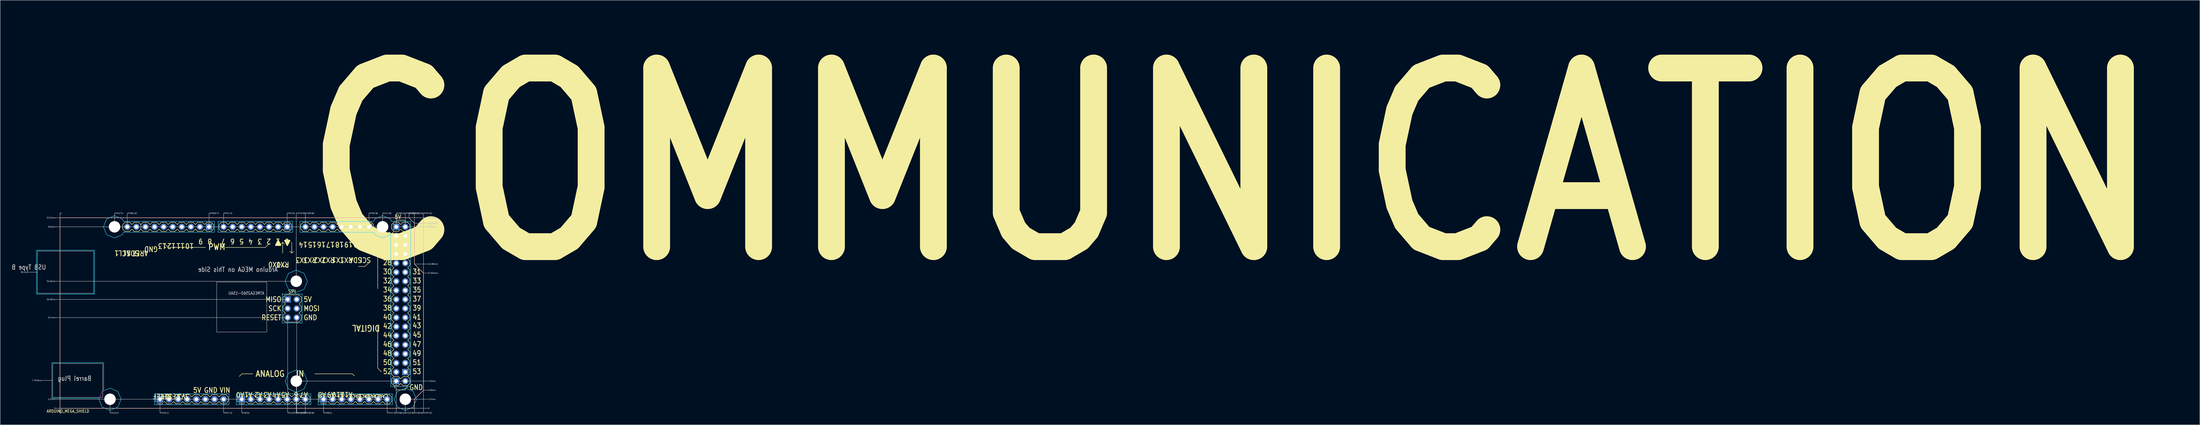
<source format=kicad_pcb>
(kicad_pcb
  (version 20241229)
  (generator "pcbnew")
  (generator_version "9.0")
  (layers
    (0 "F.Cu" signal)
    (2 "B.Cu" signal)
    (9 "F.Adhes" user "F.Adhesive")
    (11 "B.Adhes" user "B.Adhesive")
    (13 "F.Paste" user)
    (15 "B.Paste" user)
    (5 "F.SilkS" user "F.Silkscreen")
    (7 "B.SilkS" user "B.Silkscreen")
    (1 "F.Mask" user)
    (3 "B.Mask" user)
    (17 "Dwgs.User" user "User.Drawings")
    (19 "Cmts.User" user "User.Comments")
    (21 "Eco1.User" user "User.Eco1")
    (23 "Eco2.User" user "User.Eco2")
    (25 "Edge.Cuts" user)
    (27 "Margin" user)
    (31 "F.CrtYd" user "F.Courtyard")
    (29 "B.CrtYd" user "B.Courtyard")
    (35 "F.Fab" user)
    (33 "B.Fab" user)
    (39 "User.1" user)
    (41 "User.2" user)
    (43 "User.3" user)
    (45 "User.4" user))
  (footprint "ARDUINO_MEGA_SHIELD"
    (layer "F.Cu")
    (at 13.73 111.235)
    (property "Reference" "ARDUINO_MEGA_SHIELD" (at -3.81 1.27 0) (unlocked yes) (layer "F.SilkS") (effects (font (size 0.813 0.695) (thickness 0.122)) (justify left bottom)))
    (fp_circle (center 13.97 -2.54) (end 16.82 -2.54) (stroke (width 0) (type solid)) (fill yes) (layer "F.Mask"))
    (fp_circle (center 13.97 -2.54) (end 16.82 -2.54) (stroke (width 0) (type solid)) (fill yes) (layer "F.Mask"))
    (fp_circle (center 15.24 -50.8) (end 18.09 -50.8) (stroke (width 0) (type solid)) (fill yes) (layer "F.Mask"))
    (fp_circle (center 15.24 -50.8) (end 18.09 -50.8) (stroke (width 0) (type solid)) (fill yes) (layer "F.Mask"))
    (fp_circle (center 66.04 -35.56) (end 68.89 -35.56) (stroke (width 0) (type solid)) (fill yes) (layer "F.Mask"))
    (fp_circle (center 66.04 -35.56) (end 68.89 -35.56) (stroke (width 0) (type solid)) (fill yes) (layer "F.Mask"))
    (fp_circle (center 66.04 -7.62) (end 68.89 -7.62) (stroke (width 0) (type solid)) (fill yes) (layer "F.Mask"))
    (fp_circle (center 66.04 -7.62) (end 68.89 -7.62) (stroke (width 0) (type solid)) (fill yes) (layer "F.Mask"))
    (fp_circle (center 90.17 -50.8) (end 93.02 -50.8) (stroke (width 0) (type solid)) (fill yes) (layer "F.Mask"))
    (fp_circle (center 90.17 -50.8) (end 93.02 -50.8) (stroke (width 0) (type solid)) (fill yes) (layer "F.Mask"))
    (fp_circle (center 96.52 -2.54) (end 99.37 -2.54) (stroke (width 0) (type solid)) (fill yes) (layer "F.Mask"))
    (fp_circle (center 96.52 -2.54) (end 99.37 -2.54) (stroke (width 0) (type solid)) (fill yes) (layer "F.Mask"))
    (fp_circle (center 13.97 -2.54) (end 16.82 -2.54) (stroke (width 0) (type solid)) (fill yes) (layer "B.Mask"))
    (fp_circle (center 15.24 -50.8) (end 18.09 -50.8) (stroke (width 0) (type solid)) (fill yes) (layer "B.Mask"))
    (fp_circle (center 66.04 -35.56) (end 68.89 -35.56) (stroke (width 0) (type solid)) (fill yes) (layer "B.Mask"))
    (fp_circle (center 66.04 -7.62) (end 68.89 -7.62) (stroke (width 0) (type solid)) (fill yes) (layer "B.Mask"))
    (fp_circle (center 90.17 -50.8) (end 93.02 -50.8) (stroke (width 0) (type solid)) (fill yes) (layer "B.Mask"))
    (fp_circle (center 96.52 -2.54) (end 99.37 -2.54) (stroke (width 0) (type solid)) (fill yes) (layer "B.Mask"))
    (fp_line (start 0 -53.34) (end 97.536 -53.34) (stroke (width 0.127) (type solid)) (layer "F.SilkS"))
    (fp_line (start 0 0) (end 0 -53.34) (stroke (width 0.127) (type solid)) (layer "F.SilkS"))
    (fp_line (start 17.526 -51.435) (end 17.526 -50.165) (stroke (width 0.127) (type solid)) (layer "F.SilkS"))
    (fp_line (start 17.526 -50.165) (end 18.161 -49.53) (stroke (width 0.127) (type solid)) (layer "F.SilkS"))
    (fp_line (start 18.161 -52.07) (end 17.526 -51.435) (stroke (width 0.127) (type solid)) (layer "F.SilkS"))
    (fp_line (start 18.161 -49.53) (end 19.431 -49.53) (stroke (width 0.127) (type solid)) (layer "F.SilkS"))
    (fp_line (start 19.431 -52.07) (end 18.161 -52.07) (stroke (width 0.127) (type solid)) (layer "F.SilkS"))
    (fp_line (start 19.431 -49.53) (end 20.066 -50.165) (stroke (width 0.127) (type solid)) (layer "F.SilkS"))
    (fp_line (start 20.066 -51.435) (end 19.431 -52.07) (stroke (width 0.127) (type solid)) (layer "F.SilkS"))
    (fp_line (start 20.066 -50.165) (end 20.701 -49.53) (stroke (width 0.127) (type solid)) (layer "F.SilkS"))
    (fp_line (start 20.701 -52.07) (end 20.066 -51.435) (stroke (width 0.127) (type solid)) (layer "F.SilkS"))
    (fp_line (start 20.701 -49.53) (end 21.971 -49.53) (stroke (width 0.127) (type solid)) (layer "F.SilkS"))
    (fp_line (start 21.971 -52.07) (end 20.701 -52.07) (stroke (width 0.127) (type solid)) (layer "F.SilkS"))
    (fp_line (start 21.971 -49.53) (end 22.606 -50.165) (stroke (width 0.127) (type solid)) (layer "F.SilkS"))
    (fp_line (start 22.606 -51.435) (end 21.971 -52.07) (stroke (width 0.127) (type solid)) (layer "F.SilkS"))
    (fp_line (start 22.606 -51.435) (end 22.606 -50.165) (stroke (width 0.127) (type solid)) (layer "F.SilkS"))
    (fp_line (start 22.606 -50.165) (end 23.241 -49.53) (stroke (width 0.127) (type solid)) (layer "F.SilkS"))
    (fp_line (start 23.241 -52.07) (end 22.606 -51.435) (stroke (width 0.127) (type solid)) (layer "F.SilkS"))
    (fp_line (start 23.241 -49.53) (end 24.511 -49.53) (stroke (width 0.127) (type solid)) (layer "F.SilkS"))
    (fp_line (start 24.511 -52.07) (end 23.241 -52.07) (stroke (width 0.127) (type solid)) (layer "F.SilkS"))
    (fp_line (start 24.511 -49.53) (end 25.146 -50.165) (stroke (width 0.127) (type solid)) (layer "F.SilkS"))
    (fp_line (start 25.146 -51.435) (end 24.511 -52.07) (stroke (width 0.127) (type solid)) (layer "F.SilkS"))
    (fp_line (start 25.146 -50.165) (end 25.781 -49.53) (stroke (width 0.127) (type solid)) (layer "F.SilkS"))
    (fp_line (start 25.781 -52.07) (end 25.146 -51.435) (stroke (width 0.127) (type solid)) (layer "F.SilkS"))
    (fp_line (start 25.781 -49.53) (end 27.051 -49.53) (stroke (width 0.127) (type solid)) (layer "F.SilkS"))
    (fp_line (start 26.67 -3.175) (end 26.67 -1.905) (stroke (width 0.127) (type solid)) (layer "F.SilkS"))
    (fp_line (start 26.67 -1.905) (end 26.814 -1.761) (stroke (width 0.127) (type solid)) (layer "F.SilkS"))
    (fp_line (start 26.814 -3.319) (end 26.67 -3.175) (stroke (width 0.127) (type solid)) (layer "F.SilkS"))
    (fp_line (start 27.051 -52.07) (end 25.781 -52.07) (stroke (width 0.127) (type solid)) (layer "F.SilkS"))
    (fp_line (start 27.051 -49.53) (end 27.686 -50.165) (stroke (width 0.127) (type solid)) (layer "F.SilkS"))
    (fp_line (start 27.161 -1.414) (end 27.305 -1.27) (stroke (width 0.127) (type solid)) (layer "F.SilkS"))
    (fp_line (start 27.305 -3.81) (end 27.161 -3.666) (stroke (width 0.127) (type solid)) (layer "F.SilkS"))
    (fp_line (start 27.305 -3.81) (end 28.575 -3.81) (stroke (width 0.127) (type solid)) (layer "F.SilkS"))
    (fp_line (start 27.686 -51.435) (end 27.051 -52.07) (stroke (width 0.127) (type solid)) (layer "F.SilkS"))
    (fp_line (start 27.686 -50.165) (end 28.321 -49.53) (stroke (width 0.127) (type solid)) (layer "F.SilkS"))
    (fp_line (start 28.321 -52.07) (end 27.686 -51.435) (stroke (width 0.127) (type solid)) (layer "F.SilkS"))
    (fp_line (start 28.321 -49.53) (end 29.591 -49.53) (stroke (width 0.127) (type solid)) (layer "F.SilkS"))
    (fp_line (start 28.575 -3.81) (end 28.719 -3.666) (stroke (width 0.127) (type solid)) (layer "F.SilkS"))
    (fp_line (start 28.575 -1.27) (end 27.305 -1.27) (stroke (width 0.127) (type solid)) (layer "F.SilkS"))
    (fp_line (start 28.719 -1.414) (end 28.575 -1.27) (stroke (width 0.127) (type solid)) (layer "F.SilkS"))
    (fp_line (start 29.066 -3.319) (end 29.21 -3.175) (stroke (width 0.127) (type solid)) (layer "F.SilkS"))
    (fp_line (start 29.21 -3.175) (end 29.845 -3.81) (stroke (width 0.127) (type solid)) (layer "F.SilkS"))
    (fp_line (start 29.21 -1.905) (end 29.066 -1.761) (stroke (width 0.127) (type solid)) (layer "F.SilkS"))
    (fp_line (start 29.591 -52.07) (end 28.321 -52.07) (stroke (width 0.127) (type solid)) (layer "F.SilkS"))
    (fp_line (start 29.591 -49.53) (end 30.226 -50.165) (stroke (width 0.127) (type solid)) (layer "F.SilkS"))
    (fp_line (start 29.845 -3.81) (end 31.115 -3.81) (stroke (width 0.127) (type solid)) (layer "F.SilkS"))
    (fp_line (start 29.845 -1.27) (end 29.21 -1.905) (stroke (width 0.127) (type solid)) (layer "F.SilkS"))
    (fp_line (start 30.226 -51.435) (end 29.591 -52.07) (stroke (width 0.127) (type solid)) (layer "F.SilkS"))
    (fp_line (start 30.226 -50.165) (end 30.861 -49.53) (stroke (width 0.127) (type solid)) (layer "F.SilkS"))
    (fp_line (start 30.251 -45.034) (end 29.362 -45.923) (stroke (width 0.127) (type solid)) (layer "F.SilkS"))
    (fp_line (start 30.861 -52.07) (end 30.226 -51.435) (stroke (width 0.127) (type solid)) (layer "F.SilkS"))
    (fp_line (start 30.861 -49.53) (end 32.131 -49.53) (stroke (width 0.127) (type solid)) (layer "F.SilkS"))
    (fp_line (start 31.115 -3.81) (end 31.75 -3.175) (stroke (width 0.127) (type solid)) (layer "F.SilkS"))
    (fp_line (start 31.115 -1.27) (end 29.845 -1.27) (stroke (width 0.127) (type solid)) (layer "F.SilkS"))
    (fp_line (start 31.75 -3.175) (end 32.385 -3.81) (stroke (width 0.127) (type solid)) (layer "F.SilkS"))
    (fp_line (start 31.75 -1.905) (end 31.115 -1.27) (stroke (width 0.127) (type solid)) (layer "F.SilkS"))
    (fp_line (start 31.757 -1.918) (end 32.392 -1.283) (stroke (width 0.127) (type solid)) (layer "F.SilkS"))
    (fp_line (start 32.131 -52.07) (end 30.861 -52.07) (stroke (width 0.127) (type solid)) (layer "F.SilkS"))
    (fp_line (start 32.131 -49.53) (end 32.766 -50.165) (stroke (width 0.127) (type solid)) (layer "F.SilkS"))
    (fp_line (start 32.385 -1.27) (end 31.75 -1.905) (stroke (width 0.127) (type solid)) (layer "F.SilkS"))
    (fp_line (start 32.392 -3.823) (end 31.757 -3.188) (stroke (width 0.127) (type solid)) (layer "F.SilkS"))
    (fp_line (start 32.392 -3.823) (end 33.662 -3.823) (stroke (width 0.127) (type solid)) (layer "F.SilkS"))
    (fp_line (start 32.766 -51.435) (end 32.131 -52.07) (stroke (width 0.127) (type solid)) (layer "F.SilkS"))
    (fp_line (start 32.766 -50.165) (end 33.401 -49.53) (stroke (width 0.127) (type solid)) (layer "F.SilkS"))
    (fp_line (start 33.401 -52.07) (end 32.766 -51.435) (stroke (width 0.127) (type solid)) (layer "F.SilkS"))
    (fp_line (start 33.401 -49.53) (end 34.671 -49.53) (stroke (width 0.127) (type solid)) (layer "F.SilkS"))
    (fp_line (start 33.662 -3.823) (end 34.297 -3.188) (stroke (width 0.127) (type solid)) (layer "F.SilkS"))
    (fp_line (start 33.662 -1.283) (end 32.392 -1.283) (stroke (width 0.127) (type solid)) (layer "F.SilkS"))
    (fp_line (start 34.297 -3.188) (end 34.932 -3.823) (stroke (width 0.127) (type solid)) (layer "F.SilkS"))
    (fp_line (start 34.297 -1.918) (end 33.662 -1.283) (stroke (width 0.127) (type solid)) (layer "F.SilkS"))
    (fp_line (start 34.671 -52.07) (end 33.401 -52.07) (stroke (width 0.127) (type solid)) (layer "F.SilkS"))
    (fp_line (start 34.671 -49.53) (end 35.306 -50.165) (stroke (width 0.127) (type solid)) (layer "F.SilkS"))
    (fp_line (start 34.932 -3.823) (end 36.202 -3.823) (stroke (width 0.127) (type solid)) (layer "F.SilkS"))
    (fp_line (start 34.932 -1.283) (end 34.297 -1.918) (stroke (width 0.127) (type solid)) (layer "F.SilkS"))
    (fp_line (start 35.306 -51.435) (end 34.671 -52.07) (stroke (width 0.127) (type solid)) (layer "F.SilkS"))
    (fp_line (start 35.306 -50.165) (end 35.941 -49.53) (stroke (width 0.127) (type solid)) (layer "F.SilkS"))
    (fp_line (start 35.941 -52.07) (end 35.306 -51.435) (stroke (width 0.127) (type solid)) (layer "F.SilkS"))
    (fp_line (start 35.941 -49.53) (end 37.211 -49.53) (stroke (width 0.127) (type solid)) (layer "F.SilkS"))
    (fp_line (start 36.202 -3.823) (end 36.837 -3.188) (stroke (width 0.127) (type solid)) (layer "F.SilkS"))
    (fp_line (start 36.202 -1.283) (end 34.932 -1.283) (stroke (width 0.127) (type solid)) (layer "F.SilkS"))
    (fp_line (start 36.837 -3.188) (end 37.472 -3.823) (stroke (width 0.127) (type solid)) (layer "F.SilkS"))
    (fp_line (start 36.837 -1.918) (end 36.202 -1.283) (stroke (width 0.127) (type solid)) (layer "F.SilkS"))
    (fp_line (start 37.211 -52.07) (end 35.941 -52.07) (stroke (width 0.127) (type solid)) (layer "F.SilkS"))
    (fp_line (start 37.211 -49.53) (end 37.846 -50.165) (stroke (width 0.127) (type solid)) (layer "F.SilkS"))
    (fp_line (start 37.472 -3.823) (end 38.742 -3.823) (stroke (width 0.127) (type solid)) (layer "F.SilkS"))
    (fp_line (start 37.472 -1.283) (end 36.837 -1.918) (stroke (width 0.127) (type solid)) (layer "F.SilkS"))
    (fp_line (start 37.846 -51.435) (end 37.211 -52.07) (stroke (width 0.127) (type solid)) (layer "F.SilkS"))
    (fp_line (start 37.846 -50.165) (end 38.481 -49.53) (stroke (width 0.127) (type solid)) (layer "F.SilkS"))
    (fp_line (start 38.481 -52.07) (end 37.846 -51.435) (stroke (width 0.127) (type solid)) (layer "F.SilkS"))
    (fp_line (start 38.481 -49.53) (end 39.751 -49.53) (stroke (width 0.127) (type solid)) (layer "F.SilkS"))
    (fp_line (start 38.742 -3.823) (end 39.377 -3.188) (stroke (width 0.127) (type solid)) (layer "F.SilkS"))
    (fp_line (start 38.742 -1.283) (end 37.472 -1.283) (stroke (width 0.127) (type solid)) (layer "F.SilkS"))
    (fp_line (start 39.377 -1.918) (end 38.742 -1.283) (stroke (width 0.127) (type solid)) (layer "F.SilkS"))
    (fp_line (start 39.377 -1.918) (end 40.012 -1.283) (stroke (width 0.127) (type solid)) (layer "F.SilkS"))
    (fp_line (start 39.751 -52.07) (end 38.481 -52.07) (stroke (width 0.127) (type solid)) (layer "F.SilkS"))
    (fp_line (start 39.751 -49.53) (end 40.386 -50.165) (stroke (width 0.127) (type solid)) (layer "F.SilkS"))
    (fp_line (start 40.012 -3.823) (end 39.377 -3.188) (stroke (width 0.127) (type solid)) (layer "F.SilkS"))
    (fp_line (start 40.012 -3.823) (end 41.282 -3.823) (stroke (width 0.127) (type solid)) (layer "F.SilkS"))
    (fp_line (start 40.386 -51.435) (end 39.751 -52.07) (stroke (width 0.127) (type solid)) (layer "F.SilkS"))
    (fp_line (start 40.386 -50.165) (end 41.021 -49.53) (stroke (width 0.127) (type solid)) (layer "F.SilkS"))
    (fp_line (start 40.665 -45.034) (end 30.251 -45.034) (stroke (width 0.127) (type solid)) (layer "F.SilkS"))
    (fp_line (start 41.021 -52.07) (end 40.386 -51.435) (stroke (width 0.127) (type solid)) (layer "F.SilkS"))
    (fp_line (start 41.021 -49.53) (end 42.291 -49.53) (stroke (width 0.127) (type solid)) (layer "F.SilkS"))
    (fp_line (start 41.282 -3.823) (end 41.917 -3.188) (stroke (width 0.127) (type solid)) (layer "F.SilkS"))
    (fp_line (start 41.282 -1.283) (end 40.012 -1.283) (stroke (width 0.127) (type solid)) (layer "F.SilkS"))
    (fp_line (start 41.917 -3.188) (end 42.552 -3.823) (stroke (width 0.127) (type solid)) (layer "F.SilkS"))
    (fp_line (start 41.917 -1.918) (end 41.282 -1.283) (stroke (width 0.127) (type solid)) (layer "F.SilkS"))
    (fp_line (start 42.291 -52.07) (end 41.021 -52.07) (stroke (width 0.127) (type solid)) (layer "F.SilkS"))
    (fp_line (start 42.291 -49.53) (end 42.926 -50.165) (stroke (width 0.127) (type solid)) (layer "F.SilkS"))
    (fp_line (start 42.552 -3.823) (end 43.822 -3.823) (stroke (width 0.127) (type solid)) (layer "F.SilkS"))
    (fp_line (start 42.552 -1.283) (end 41.917 -1.918) (stroke (width 0.127) (type solid)) (layer "F.SilkS"))
    (fp_line (start 42.926 -51.435) (end 42.291 -52.07) (stroke (width 0.127) (type solid)) (layer "F.SilkS"))
    (fp_line (start 42.926 -50.165) (end 42.926 -51.435) (stroke (width 0.127) (type solid)) (layer "F.SilkS"))
    (fp_line (start 43.822 -3.823) (end 44.457 -3.188) (stroke (width 0.127) (type solid)) (layer "F.SilkS"))
    (fp_line (start 43.822 -1.283) (end 42.552 -1.283) (stroke (width 0.127) (type solid)) (layer "F.SilkS"))
    (fp_line (start 44.45 -51.435) (end 44.45 -50.165) (stroke (width 0.127) (type solid)) (layer "F.SilkS"))
    (fp_line (start 44.45 -50.165) (end 45.085 -49.53) (stroke (width 0.127) (type solid)) (layer "F.SilkS"))
    (fp_line (start 44.457 -3.188) (end 45.092 -3.823) (stroke (width 0.127) (type solid)) (layer "F.SilkS"))
    (fp_line (start 44.457 -1.918) (end 43.822 -1.283) (stroke (width 0.127) (type solid)) (layer "F.SilkS"))
    (fp_line (start 45.085 -52.07) (end 44.45 -51.435) (stroke (width 0.127) (type solid)) (layer "F.SilkS"))
    (fp_line (start 45.085 -49.53) (end 46.355 -49.53) (stroke (width 0.127) (type solid)) (layer "F.SilkS"))
    (fp_line (start 45.092 -3.823) (end 46.362 -3.823) (stroke (width 0.127) (type solid)) (layer "F.SilkS"))
    (fp_line (start 45.092 -1.283) (end 44.457 -1.918) (stroke (width 0.127) (type solid)) (layer "F.SilkS"))
    (fp_line (start 46.253 -45.034) (end 57.429 -45.034) (stroke (width 0.127) (type solid)) (layer "F.SilkS"))
    (fp_line (start 46.355 -52.07) (end 45.085 -52.07) (stroke (width 0.127) (type solid)) (layer "F.SilkS"))
    (fp_line (start 46.355 -49.53) (end 46.99 -50.165) (stroke (width 0.127) (type solid)) (layer "F.SilkS"))
    (fp_line (start 46.362 -3.823) (end 46.997 -3.188) (stroke (width 0.127) (type solid)) (layer "F.SilkS"))
    (fp_line (start 46.362 -1.283) (end 45.092 -1.283) (stroke (width 0.127) (type solid)) (layer "F.SilkS"))
    (fp_line (start 46.99 -51.435) (end 46.355 -52.07) (stroke (width 0.127) (type solid)) (layer "F.SilkS"))
    (fp_line (start 46.99 -50.165) (end 47.625 -49.53) (stroke (width 0.127) (type solid)) (layer "F.SilkS"))
    (fp_line (start 46.997 -3.188) (end 46.997 -1.918) (stroke (width 0.127) (type solid)) (layer "F.SilkS"))
    (fp_line (start 46.997 -1.918) (end 46.362 -1.283) (stroke (width 0.127) (type solid)) (layer "F.SilkS"))
    (fp_line (start 47.625 -52.07) (end 46.99 -51.435) (stroke (width 0.127) (type solid)) (layer "F.SilkS"))
    (fp_line (start 47.625 -49.53) (end 48.895 -49.53) (stroke (width 0.127) (type solid)) (layer "F.SilkS"))
    (fp_line (start 48.895 -52.07) (end 47.625 -52.07) (stroke (width 0.127) (type solid)) (layer "F.SilkS"))
    (fp_line (start 48.895 -49.53) (end 49.53 -50.165) (stroke (width 0.127) (type solid)) (layer "F.SilkS"))
    (fp_line (start 49.53 -51.435) (end 48.895 -52.07) (stroke (width 0.127) (type solid)) (layer "F.SilkS"))
    (fp_line (start 49.53 -50.165) (end 50.165 -49.53) (stroke (width 0.127) (type solid)) (layer "F.SilkS"))
    (fp_line (start 49.53 -3.188) (end 49.53 -1.918) (stroke (width 0.127) (type solid)) (layer "F.SilkS"))
    (fp_line (start 49.53 -1.918) (end 49.674 -1.774) (stroke (width 0.127) (type solid)) (layer "F.SilkS"))
    (fp_line (start 49.674 -3.332) (end 49.53 -3.188) (stroke (width 0.127) (type solid)) (layer "F.SilkS"))
    (fp_line (start 50.034 -1.414) (end 50.165 -1.283) (stroke (width 0.127) (type solid)) (layer "F.SilkS"))
    (fp_line (start 50.165 -52.07) (end 49.53 -51.435) (stroke (width 0.127) (type solid)) (layer "F.SilkS"))
    (fp_line (start 50.165 -49.53) (end 51.435 -49.53) (stroke (width 0.127) (type solid)) (layer "F.SilkS"))
    (fp_line (start 50.165 -3.823) (end 50.008 -3.666) (stroke (width 0.127) (type solid)) (layer "F.SilkS"))
    (fp_line (start 50.165 -3.823) (end 51.435 -3.823) (stroke (width 0.127) (type solid)) (layer "F.SilkS"))
    (fp_line (start 50.825 -9.652) (end 50.114 -8.941) (stroke (width 0.127) (type solid)) (layer "F.SilkS"))
    (fp_line (start 51.435 -52.07) (end 50.165 -52.07) (stroke (width 0.127) (type solid)) (layer "F.SilkS"))
    (fp_line (start 51.435 -49.53) (end 52.07 -50.165) (stroke (width 0.127) (type solid)) (layer "F.SilkS"))
    (fp_line (start 51.435 -3.823) (end 51.592 -3.666) (stroke (width 0.127) (type solid)) (layer "F.SilkS"))
    (fp_line (start 51.435 -1.283) (end 50.165 -1.283) (stroke (width 0.127) (type solid)) (layer "F.SilkS"))
    (fp_line (start 51.566 -1.414) (end 51.435 -1.283) (stroke (width 0.127) (type solid)) (layer "F.SilkS"))
    (fp_line (start 51.926 -3.332) (end 52.07 -3.188) (stroke (width 0.127) (type solid)) (layer "F.SilkS"))
    (fp_line (start 52.07 -51.435) (end 51.435 -52.07) (stroke (width 0.127) (type solid)) (layer "F.SilkS"))
    (fp_line (start 52.07 -50.165) (end 52.705 -49.53) (stroke (width 0.127) (type solid)) (layer "F.SilkS"))
    (fp_line (start 52.07 -3.188) (end 52.705 -3.823) (stroke (width 0.127) (type solid)) (layer "F.SilkS"))
    (fp_line (start 52.07 -1.918) (end 51.926 -1.774) (stroke (width 0.127) (type solid)) (layer "F.SilkS"))
    (fp_line (start 52.705 -52.07) (end 52.07 -51.435) (stroke (width 0.127) (type solid)) (layer "F.SilkS"))
    (fp_line (start 52.705 -49.53) (end 53.975 -49.53) (stroke (width 0.127) (type solid)) (layer "F.SilkS"))
    (fp_line (start 52.705 -3.823) (end 53.975 -3.823) (stroke (width 0.127) (type solid)) (layer "F.SilkS"))
    (fp_line (start 52.705 -1.283) (end 52.07 -1.918) (stroke (width 0.127) (type solid)) (layer "F.SilkS"))
    (fp_line (start 53.873 -9.652) (end 50.825 -9.652) (stroke (width 0.127) (type solid)) (layer "F.SilkS"))
    (fp_line (start 53.975 -52.07) (end 52.705 -52.07) (stroke (width 0.127) (type solid)) (layer "F.SilkS"))
    (fp_line (start 53.975 -49.53) (end 54.61 -50.165) (stroke (width 0.127) (type solid)) (layer "F.SilkS"))
    (fp_line (start 53.975 -3.823) (end 54.61 -3.188) (stroke (width 0.127) (type solid)) (layer "F.SilkS"))
    (fp_line (start 53.975 -1.283) (end 52.705 -1.283) (stroke (width 0.127) (type solid)) (layer "F.SilkS"))
    (fp_line (start 54.61 -51.435) (end 53.975 -52.07) (stroke (width 0.127) (type solid)) (layer "F.SilkS"))
    (fp_line (start 54.61 -50.165) (end 55.245 -49.53) (stroke (width 0.127) (type solid)) (layer "F.SilkS"))
    (fp_line (start 54.61 -3.188) (end 55.245 -3.823) (stroke (width 0.127) (type solid)) (layer "F.SilkS"))
    (fp_line (start 54.61 -1.918) (end 53.975 -1.283) (stroke (width 0.127) (type solid)) (layer "F.SilkS"))
    (fp_line (start 55.245 -52.07) (end 54.61 -51.435) (stroke (width 0.127) (type solid)) (layer "F.SilkS"))
    (fp_line (start 55.245 -49.53) (end 56.515 -49.53) (stroke (width 0.127) (type solid)) (layer "F.SilkS"))
    (fp_line (start 55.245 -3.823) (end 56.515 -3.823) (stroke (width 0.127) (type solid)) (layer "F.SilkS"))
    (fp_line (start 55.245 -1.283) (end 54.61 -1.918) (stroke (width 0.127) (type solid)) (layer "F.SilkS"))
    (fp_line (start 56.515 -52.07) (end 55.245 -52.07) (stroke (width 0.127) (type solid)) (layer "F.SilkS"))
    (fp_line (start 56.515 -49.53) (end 57.15 -50.165) (stroke (width 0.127) (type solid)) (layer "F.SilkS"))
    (fp_line (start 56.515 -3.823) (end 57.15 -3.188) (stroke (width 0.127) (type solid)) (layer "F.SilkS"))
    (fp_line (start 56.515 -1.283) (end 55.245 -1.283) (stroke (width 0.127) (type solid)) (layer "F.SilkS"))
    (fp_line (start 57.15 -51.435) (end 56.515 -52.07) (stroke (width 0.127) (type solid)) (layer "F.SilkS"))
    (fp_line (start 57.15 -50.165) (end 57.785 -49.53) (stroke (width 0.127) (type solid)) (layer "F.SilkS"))
    (fp_line (start 57.15 -1.918) (end 56.515 -1.283) (stroke (width 0.127) (type solid)) (layer "F.SilkS"))
    (fp_line (start 57.15 -1.918) (end 57.785 -1.283) (stroke (width 0.127) (type solid)) (layer "F.SilkS"))
    (fp_line (start 57.429 -45.034) (end 58.445 -46.05) (stroke (width 0.127) (type solid)) (layer "F.SilkS"))
    (fp_line (start 57.785 -52.07) (end 57.15 -51.435) (stroke (width 0.127) (type solid)) (layer "F.SilkS"))
    (fp_line (start 57.785 -49.53) (end 59.055 -49.53) (stroke (width 0.127) (type solid)) (layer "F.SilkS"))
    (fp_line (start 57.785 -3.823) (end 57.15 -3.188) (stroke (width 0.127) (type solid)) (layer "F.SilkS"))
    (fp_line (start 57.785 -3.823) (end 59.055 -3.823) (stroke (width 0.127) (type solid)) (layer "F.SilkS"))
    (fp_line (start 59.055 -52.07) (end 57.785 -52.07) (stroke (width 0.127) (type solid)) (layer "F.SilkS"))
    (fp_line (start 59.055 -49.53) (end 59.69 -50.165) (stroke (width 0.127) (type solid)) (layer "F.SilkS"))
    (fp_line (start 59.055 -3.823) (end 59.69 -3.188) (stroke (width 0.127) (type solid)) (layer "F.SilkS"))
    (fp_line (start 59.055 -1.283) (end 57.785 -1.283) (stroke (width 0.127) (type solid)) (layer "F.SilkS"))
    (fp_line (start 59.69 -51.435) (end 59.055 -52.07) (stroke (width 0.127) (type solid)) (layer "F.SilkS"))
    (fp_line (start 59.69 -50.165) (end 60.325 -49.53) (stroke (width 0.127) (type solid)) (layer "F.SilkS"))
    (fp_line (start 59.69 -3.188) (end 60.325 -3.823) (stroke (width 0.127) (type solid)) (layer "F.SilkS"))
    (fp_line (start 59.69 -1.918) (end 59.055 -1.283) (stroke (width 0.127) (type solid)) (layer "F.SilkS"))
    (fp_line (start 60.325 -52.07) (end 59.69 -51.435) (stroke (width 0.127) (type solid)) (layer "F.SilkS"))
    (fp_line (start 60.325 -49.53) (end 61.595 -49.53) (stroke (width 0.127) (type solid)) (layer "F.SilkS"))
    (fp_line (start 60.325 -3.823) (end 61.595 -3.823) (stroke (width 0.127) (type solid)) (layer "F.SilkS"))
    (fp_line (start 60.325 -1.283) (end 59.69 -1.918) (stroke (width 0.127) (type solid)) (layer "F.SilkS"))
    (fp_line (start 60.35 -45.669) (end 60.985 -46.939) (stroke (width 0.406) (type solid)) (layer "F.SilkS"))
    (fp_line (start 60.35 -45.669) (end 60.985 -46.304) (stroke (width 0.406) (type solid)) (layer "F.SilkS"))
    (fp_line (start 60.985 -46.939) (end 61.62 -45.669) (stroke (width 0.406) (type solid)) (layer "F.SilkS"))
    (fp_line (start 60.985 -46.304) (end 60.985 -45.669) (stroke (width 0.406) (type solid)) (layer "F.SilkS"))
    (fp_line (start 60.985 -45.669) (end 60.35 -45.669) (stroke (width 0.406) (type solid)) (layer "F.SilkS"))
    (fp_line (start 60.985 -45.669) (end 61.62 -45.669) (stroke (width 0.406) (type solid)) (layer "F.SilkS"))
    (fp_line (start 61.112 -40.843) (end 62.255 -39.7) (stroke (width 0.127) (type solid)) (layer "F.SilkS"))
    (fp_line (start 61.595 -52.07) (end 60.325 -52.07) (stroke (width 0.127) (type solid)) (layer "F.SilkS"))
    (fp_line (start 61.595 -49.53) (end 62.23 -50.165) (stroke (width 0.127) (type solid)) (layer "F.SilkS"))
    (fp_line (start 61.595 -3.823) (end 62.23 -3.188) (stroke (width 0.127) (type solid)) (layer "F.SilkS"))
    (fp_line (start 61.595 -1.283) (end 60.325 -1.283) (stroke (width 0.127) (type solid)) (layer "F.SilkS"))
    (fp_line (start 61.62 -45.669) (end 60.985 -46.304) (stroke (width 0.406) (type solid)) (layer "F.SilkS"))
    (fp_line (start 62.23 -51.435) (end 61.595 -52.07) (stroke (width 0.127) (type solid)) (layer "F.SilkS"))
    (fp_line (start 62.23 -50.165) (end 62.865 -49.53) (stroke (width 0.127) (type solid)) (layer "F.SilkS"))
    (fp_line (start 62.23 -46.482) (end 61.722 -45.974) (stroke (width 0.127) (type solid)) (layer "F.SilkS"))
    (fp_line (start 62.23 -46.482) (end 62.738 -45.974) (stroke (width 0.127) (type solid)) (layer "F.SilkS"))
    (fp_line (start 62.23 -43.434) (end 62.23 -46.482) (stroke (width 0.127) (type solid)) (layer "F.SilkS"))
    (fp_line (start 62.23 -3.188) (end 62.865 -3.823) (stroke (width 0.127) (type solid)) (layer "F.SilkS"))
    (fp_line (start 62.23 -1.918) (end 61.595 -1.283) (stroke (width 0.127) (type solid)) (layer "F.SilkS"))
    (fp_line (start 62.255 -39.7) (end 63.525 -39.7) (stroke (width 0.127) (type solid)) (layer "F.SilkS"))
    (fp_line (start 62.357 -31.115) (end 62.357 -29.845) (stroke (width 0.127) (type solid)) (layer "F.SilkS"))
    (fp_line (start 62.357 -29.845) (end 62.992 -29.21) (stroke (width 0.127) (type solid)) (layer "F.SilkS"))
    (fp_line (start 62.357 -28.575) (end 62.357 -27.305) (stroke (width 0.127) (type solid)) (layer "F.SilkS"))
    (fp_line (start 62.357 -27.305) (end 62.992 -26.67) (stroke (width 0.127) (type solid)) (layer "F.SilkS"))
    (fp_line (start 62.357 -26.035) (end 62.357 -24.765) (stroke (width 0.127) (type solid)) (layer "F.SilkS"))
    (fp_line (start 62.357 -24.765) (end 62.992 -24.13) (stroke (width 0.127) (type solid)) (layer "F.SilkS"))
    (fp_line (start 62.865 -52.07) (end 62.23 -51.435) (stroke (width 0.127) (type solid)) (layer "F.SilkS"))
    (fp_line (start 62.865 -49.53) (end 64.135 -49.53) (stroke (width 0.127) (type solid)) (layer "F.SilkS"))
    (fp_line (start 62.865 -3.823) (end 64.135 -3.823) (stroke (width 0.127) (type solid)) (layer "F.SilkS"))
    (fp_line (start 62.865 -1.283) (end 62.23 -1.918) (stroke (width 0.127) (type solid)) (layer "F.SilkS"))
    (fp_line (start 62.89 -46.939) (end 63.525 -46.939) (stroke (width 0.406) (type solid)) (layer "F.SilkS"))
    (fp_line (start 62.89 -46.939) (end 63.525 -46.304) (stroke (width 0.406) (type solid)) (layer "F.SilkS"))
    (fp_line (start 62.992 -31.75) (end 62.357 -31.115) (stroke (width 0.127) (type solid)) (layer "F.SilkS"))
    (fp_line (start 62.992 -29.21) (end 62.357 -28.575) (stroke (width 0.127) (type solid)) (layer "F.SilkS"))
    (fp_line (start 62.992 -26.67) (end 62.357 -26.035) (stroke (width 0.127) (type solid)) (layer "F.SilkS"))
    (fp_line (start 62.992 -24.13) (end 66.802 -24.13) (stroke (width 0.127) (type solid)) (layer "F.SilkS"))
    (fp_line (start 63.525 -46.939) (end 63.525 -46.304) (stroke (width 0.406) (type solid)) (layer "F.SilkS"))
    (fp_line (start 63.525 -46.304) (end 64.16 -46.939) (stroke (width 0.406) (type solid)) (layer "F.SilkS"))
    (fp_line (start 63.525 -45.669) (end 62.89 -46.939) (stroke (width 0.406) (type solid)) (layer "F.SilkS"))
    (fp_line (start 64.135 -52.07) (end 62.865 -52.07) (stroke (width 0.127) (type solid)) (layer "F.SilkS"))
    (fp_line (start 64.135 -49.53) (end 64.77 -50.165) (stroke (width 0.127) (type solid)) (layer "F.SilkS"))
    (fp_line (start 64.135 -3.823) (end 64.77 -3.188) (stroke (width 0.127) (type solid)) (layer "F.SilkS"))
    (fp_line (start 64.135 -1.283) (end 62.865 -1.283) (stroke (width 0.127) (type solid)) (layer "F.SilkS"))
    (fp_line (start 64.16 -46.939) (end 63.525 -46.939) (stroke (width 0.406) (type solid)) (layer "F.SilkS"))
    (fp_line (start 64.16 -46.939) (end 63.525 -45.669) (stroke (width 0.406) (type solid)) (layer "F.SilkS"))
    (fp_line (start 64.77 -51.435) (end 64.135 -52.07) (stroke (width 0.127) (type solid)) (layer "F.SilkS"))
    (fp_line (start 64.77 -50.165) (end 64.77 -51.435) (stroke (width 0.127) (type solid)) (layer "F.SilkS"))
    (fp_line (start 64.77 -46.482) (end 64.77 -43.434) (stroke (width 0.127) (type solid)) (layer "F.SilkS"))
    (fp_line (start 64.77 -43.434) (end 64.262 -43.942) (stroke (width 0.127) (type solid)) (layer "F.SilkS"))
    (fp_line (start 64.77 -43.434) (end 65.278 -43.942) (stroke (width 0.127) (type solid)) (layer "F.SilkS"))
    (fp_line (start 64.77 -1.918) (end 64.135 -1.283) (stroke (width 0.127) (type solid)) (layer "F.SilkS"))
    (fp_line (start 64.77 -1.918) (end 65.405 -1.283) (stroke (width 0.127) (type solid)) (layer "F.SilkS"))
    (fp_line (start 65.405 -3.823) (end 64.77 -3.188) (stroke (width 0.127) (type solid)) (layer "F.SilkS"))
    (fp_line (start 65.405 -3.823) (end 66.675 -3.823) (stroke (width 0.127) (type solid)) (layer "F.SilkS"))
    (fp_line (start 66.675 -3.823) (end 67.31 -3.188) (stroke (width 0.127) (type solid)) (layer "F.SilkS"))
    (fp_line (start 66.675 -1.283) (end 65.405 -1.283) (stroke (width 0.127) (type solid)) (layer "F.SilkS"))
    (fp_line (start 66.802 -31.75) (end 62.992 -31.75) (stroke (width 0.127) (type solid)) (layer "F.SilkS"))
    (fp_line (start 66.802 -29.21) (end 67.437 -29.845) (stroke (width 0.127) (type solid)) (layer "F.SilkS"))
    (fp_line (start 66.802 -26.67) (end 67.437 -27.305) (stroke (width 0.127) (type solid)) (layer "F.SilkS"))
    (fp_line (start 66.802 -24.13) (end 67.437 -24.765) (stroke (width 0.127) (type solid)) (layer "F.SilkS"))
    (fp_line (start 67.31 -51.435) (end 67.31 -50.165) (stroke (width 0.127) (type solid)) (layer "F.SilkS"))
    (fp_line (start 67.31 -50.165) (end 67.945 -49.53) (stroke (width 0.127) (type solid)) (layer "F.SilkS"))
    (fp_line (start 67.31 -1.918) (end 66.675 -1.283) (stroke (width 0.127) (type solid)) (layer "F.SilkS"))
    (fp_line (start 67.31 -1.918) (end 67.945 -1.283) (stroke (width 0.127) (type solid)) (layer "F.SilkS"))
    (fp_line (start 67.437 -31.115) (end 66.802 -31.75) (stroke (width 0.127) (type solid)) (layer "F.SilkS"))
    (fp_line (start 67.437 -29.845) (end 67.437 -31.115) (stroke (width 0.127) (type solid)) (layer "F.SilkS"))
    (fp_line (start 67.437 -28.575) (end 66.802 -29.21) (stroke (width 0.127) (type solid)) (layer "F.SilkS"))
    (fp_line (start 67.437 -27.305) (end 67.437 -28.575) (stroke (width 0.127) (type solid)) (layer "F.SilkS"))
    (fp_line (start 67.437 -26.035) (end 66.802 -26.67) (stroke (width 0.127) (type solid)) (layer "F.SilkS"))
    (fp_line (start 67.437 -24.765) (end 67.437 -26.035) (stroke (width 0.127) (type solid)) (layer "F.SilkS"))
    (fp_line (start 67.945 -52.07) (end 67.31 -51.435) (stroke (width 0.127) (type solid)) (layer "F.SilkS"))
    (fp_line (start 67.945 -49.53) (end 69.215 -49.53) (stroke (width 0.127) (type solid)) (layer "F.SilkS"))
    (fp_line (start 67.945 -3.823) (end 67.31 -3.188) (stroke (width 0.127) (type solid)) (layer "F.SilkS"))
    (fp_line (start 67.945 -3.823) (end 69.215 -3.823) (stroke (width 0.127) (type solid)) (layer "F.SilkS"))
    (fp_line (start 69.215 -52.07) (end 67.945 -52.07) (stroke (width 0.127) (type solid)) (layer "F.SilkS"))
    (fp_line (start 69.215 -49.53) (end 69.85 -50.165) (stroke (width 0.127) (type solid)) (layer "F.SilkS"))
    (fp_line (start 69.215 -3.823) (end 69.85 -3.188) (stroke (width 0.127) (type solid)) (layer "F.SilkS"))
    (fp_line (start 69.215 -1.283) (end 67.945 -1.283) (stroke (width 0.127) (type solid)) (layer "F.SilkS"))
    (fp_line (start 69.85 -51.435) (end 69.215 -52.07) (stroke (width 0.127) (type solid)) (layer "F.SilkS"))
    (fp_line (start 69.85 -50.165) (end 70.485 -49.53) (stroke (width 0.127) (type solid)) (layer "F.SilkS"))
    (fp_line (start 69.85 -3.188) (end 69.85 -1.918) (stroke (width 0.127) (type solid)) (layer "F.SilkS"))
    (fp_line (start 69.85 -1.918) (end 69.215 -1.283) (stroke (width 0.127) (type solid)) (layer "F.SilkS"))
    (fp_line (start 70.485 -52.07) (end 69.85 -51.435) (stroke (width 0.127) (type solid)) (layer "F.SilkS"))
    (fp_line (start 70.485 -49.53) (end 71.755 -49.53) (stroke (width 0.127) (type solid)) (layer "F.SilkS"))
    (fp_line (start 71.222 -9.652) (end 81.712 -9.652) (stroke (width 0.127) (type solid)) (layer "F.SilkS"))
    (fp_line (start 71.755 -52.07) (end 70.485 -52.07) (stroke (width 0.127) (type solid)) (layer "F.SilkS"))
    (fp_line (start 71.755 -49.53) (end 72.39 -50.165) (stroke (width 0.127) (type solid)) (layer "F.SilkS"))
    (fp_line (start 72.39 -51.435) (end 71.755 -52.07) (stroke (width 0.127) (type solid)) (layer "F.SilkS"))
    (fp_line (start 72.39 -50.165) (end 73.025 -49.53) (stroke (width 0.127) (type solid)) (layer "F.SilkS"))
    (fp_line (start 72.39 -3.188) (end 72.39 -1.918) (stroke (width 0.127) (type solid)) (layer "F.SilkS"))
    (fp_line (start 72.39 -1.918) (end 72.534 -1.774) (stroke (width 0.127) (type solid)) (layer "F.SilkS"))
    (fp_line (start 72.534 -3.332) (end 72.39 -3.188) (stroke (width 0.127) (type solid)) (layer "F.SilkS"))
    (fp_line (start 72.894 -1.414) (end 73.025 -1.283) (stroke (width 0.127) (type solid)) (layer "F.SilkS"))
    (fp_line (start 73.025 -52.07) (end 72.39 -51.435) (stroke (width 0.127) (type solid)) (layer "F.SilkS"))
    (fp_line (start 73.025 -49.53) (end 74.295 -49.53) (stroke (width 0.127) (type solid)) (layer "F.SilkS"))
    (fp_line (start 73.025 -3.823) (end 72.868 -3.666) (stroke (width 0.127) (type solid)) (layer "F.SilkS"))
    (fp_line (start 73.025 -3.823) (end 74.295 -3.823) (stroke (width 0.127) (type solid)) (layer "F.SilkS"))
    (fp_line (start 74.295 -52.07) (end 73.025 -52.07) (stroke (width 0.127) (type solid)) (layer "F.SilkS"))
    (fp_line (start 74.295 -49.53) (end 74.93 -50.165) (stroke (width 0.127) (type solid)) (layer "F.SilkS"))
    (fp_line (start 74.295 -3.823) (end 74.452 -3.666) (stroke (width 0.127) (type solid)) (layer "F.SilkS"))
    (fp_line (start 74.295 -1.283) (end 73.025 -1.283) (stroke (width 0.127) (type solid)) (layer "F.SilkS"))
    (fp_line (start 74.426 -1.414) (end 74.295 -1.283) (stroke (width 0.127) (type solid)) (layer "F.SilkS"))
    (fp_line (start 74.786 -3.332) (end 74.93 -3.188) (stroke (width 0.127) (type solid)) (layer "F.SilkS"))
    (fp_line (start 74.93 -51.435) (end 74.295 -52.07) (stroke (width 0.127) (type solid)) (layer "F.SilkS"))
    (fp_line (start 74.93 -50.165) (end 75.565 -49.53) (stroke (width 0.127) (type solid)) (layer "F.SilkS"))
    (fp_line (start 74.93 -3.188) (end 75.565 -3.823) (stroke (width 0.127) (type solid)) (layer "F.SilkS"))
    (fp_line (start 74.93 -1.918) (end 74.786 -1.774) (stroke (width 0.127) (type solid)) (layer "F.SilkS"))
    (fp_line (start 75.565 -52.07) (end 74.93 -51.435) (stroke (width 0.127) (type solid)) (layer "F.SilkS"))
    (fp_line (start 75.565 -49.53) (end 76.835 -49.53) (stroke (width 0.127) (type solid)) (layer "F.SilkS"))
    (fp_line (start 75.565 -3.823) (end 76.835 -3.823) (stroke (width 0.127) (type solid)) (layer "F.SilkS"))
    (fp_line (start 75.565 -1.283) (end 74.93 -1.918) (stroke (width 0.127) (type solid)) (layer "F.SilkS"))
    (fp_line (start 76.835 -52.07) (end 75.565 -52.07) (stroke (width 0.127) (type solid)) (layer "F.SilkS"))
    (fp_line (start 76.835 -49.53) (end 77.47 -50.165) (stroke (width 0.127) (type solid)) (layer "F.SilkS"))
    (fp_line (start 76.835 -3.823) (end 77.47 -3.188) (stroke (width 0.127) (type solid)) (layer "F.SilkS"))
    (fp_line (start 76.835 -1.283) (end 75.565 -1.283) (stroke (width 0.127) (type solid)) (layer "F.SilkS"))
    (fp_line (start 77.47 -51.435) (end 76.835 -52.07) (stroke (width 0.127) (type solid)) (layer "F.SilkS"))
    (fp_line (start 77.47 -50.165) (end 78.105 -49.53) (stroke (width 0.127) (type solid)) (layer "F.SilkS"))
    (fp_line (start 77.47 -3.188) (end 78.105 -3.823) (stroke (width 0.127) (type solid)) (layer "F.SilkS"))
    (fp_line (start 77.47 -1.918) (end 76.835 -1.283) (stroke (width 0.127) (type solid)) (layer "F.SilkS"))
    (fp_line (start 78.105 -52.07) (end 77.47 -51.435) (stroke (width 0.127) (type solid)) (layer "F.SilkS"))
    (fp_line (start 78.105 -49.53) (end 79.375 -49.53) (stroke (width 0.127) (type solid)) (layer "F.SilkS"))
    (fp_line (start 78.105 -3.823) (end 79.375 -3.823) (stroke (width 0.127) (type solid)) (layer "F.SilkS"))
    (fp_line (start 78.105 -1.283) (end 77.47 -1.918) (stroke (width 0.127) (type solid)) (layer "F.SilkS"))
    (fp_line (start 79.375 -52.07) (end 78.105 -52.07) (stroke (width 0.127) (type solid)) (layer "F.SilkS"))
    (fp_line (start 79.375 -49.53) (end 80.01 -50.165) (stroke (width 0.127) (type solid)) (layer "F.SilkS"))
    (fp_line (start 79.375 -3.823) (end 80.01 -3.188) (stroke (width 0.127) (type solid)) (layer "F.SilkS"))
    (fp_line (start 79.375 -1.283) (end 78.105 -1.283) (stroke (width 0.127) (type solid)) (layer "F.SilkS"))
    (fp_line (start 80.01 -51.435) (end 79.375 -52.07) (stroke (width 0.127) (type solid)) (layer "F.SilkS"))
    (fp_line (start 80.01 -50.165) (end 80.645 -49.53) (stroke (width 0.127) (type solid)) (layer "F.SilkS"))
    (fp_line (start 80.01 -1.918) (end 79.375 -1.283) (stroke (width 0.127) (type solid)) (layer "F.SilkS"))
    (fp_line (start 80.01 -1.918) (end 80.645 -1.283) (stroke (width 0.127) (type solid)) (layer "F.SilkS"))
    (fp_line (start 80.645 -52.07) (end 80.01 -51.435) (stroke (width 0.127) (type solid)) (layer "F.SilkS"))
    (fp_line (start 80.645 -49.53) (end 81.915 -49.53) (stroke (width 0.127) (type solid)) (layer "F.SilkS"))
    (fp_line (start 80.645 -3.823) (end 80.01 -3.188) (stroke (width 0.127) (type solid)) (layer "F.SilkS"))
    (fp_line (start 80.645 -3.823) (end 81.915 -3.823) (stroke (width 0.127) (type solid)) (layer "F.SilkS"))
    (fp_line (start 81.712 -9.652) (end 82.296 -9.068) (stroke (width 0.127) (type solid)) (layer "F.SilkS"))
    (fp_line (start 81.915 -52.07) (end 80.645 -52.07) (stroke (width 0.127) (type solid)) (layer "F.SilkS"))
    (fp_line (start 81.915 -49.53) (end 82.55 -50.165) (stroke (width 0.127) (type solid)) (layer "F.SilkS"))
    (fp_line (start 81.915 -3.823) (end 82.55 -3.188) (stroke (width 0.127) (type solid)) (layer "F.SilkS"))
    (fp_line (start 81.915 -1.283) (end 80.645 -1.283) (stroke (width 0.127) (type solid)) (layer "F.SilkS"))
    (fp_line (start 82.55 -51.435) (end 81.915 -52.07) (stroke (width 0.127) (type solid)) (layer "F.SilkS"))
    (fp_line (start 82.55 -50.165) (end 83.185 -49.53) (stroke (width 0.127) (type solid)) (layer "F.SilkS"))
    (fp_line (start 82.55 -3.188) (end 83.185 -3.823) (stroke (width 0.127) (type solid)) (layer "F.SilkS"))
    (fp_line (start 82.55 -1.918) (end 81.915 -1.283) (stroke (width 0.127) (type solid)) (layer "F.SilkS"))
    (fp_line (start 83.185 -52.07) (end 82.55 -51.435) (stroke (width 0.127) (type solid)) (layer "F.SilkS"))
    (fp_line (start 83.185 -49.53) (end 84.455 -49.53) (stroke (width 0.127) (type solid)) (layer "F.SilkS"))
    (fp_line (start 83.185 -3.823) (end 84.455 -3.823) (stroke (width 0.127) (type solid)) (layer "F.SilkS"))
    (fp_line (start 83.185 -1.283) (end 82.55 -1.918) (stroke (width 0.127) (type solid)) (layer "F.SilkS"))
    (fp_line (start 83.464 -39.7) (end 85.242 -39.7) (stroke (width 0.127) (type solid)) (layer "F.SilkS"))
    (fp_line (start 84.455 -52.07) (end 83.185 -52.07) (stroke (width 0.127) (type solid)) (layer "F.SilkS"))
    (fp_line (start 84.455 -49.53) (end 85.09 -50.165) (stroke (width 0.127) (type solid)) (layer "F.SilkS"))
    (fp_line (start 84.455 -3.823) (end 85.09 -3.188) (stroke (width 0.127) (type solid)) (layer "F.SilkS"))
    (fp_line (start 84.455 -1.283) (end 83.185 -1.283) (stroke (width 0.127) (type solid)) (layer "F.SilkS"))
    (fp_line (start 85.09 -51.435) (end 84.455 -52.07) (stroke (width 0.127) (type solid)) (layer "F.SilkS"))
    (fp_line (start 85.09 -50.165) (end 85.725 -49.53) (stroke (width 0.127) (type solid)) (layer "F.SilkS"))
    (fp_line (start 85.09 -3.188) (end 85.725 -3.823) (stroke (width 0.127) (type solid)) (layer "F.SilkS"))
    (fp_line (start 85.09 -1.918) (end 84.455 -1.283) (stroke (width 0.127) (type solid)) (layer "F.SilkS"))
    (fp_line (start 85.242 -39.7) (end 86.385 -40.843) (stroke (width 0.127) (type solid)) (layer "F.SilkS"))
    (fp_line (start 85.725 -52.07) (end 85.09 -51.435) (stroke (width 0.127) (type solid)) (layer "F.SilkS"))
    (fp_line (start 85.725 -49.53) (end 86.995 -49.53) (stroke (width 0.127) (type solid)) (layer "F.SilkS"))
    (fp_line (start 85.725 -3.823) (end 86.995 -3.823) (stroke (width 0.127) (type solid)) (layer "F.SilkS"))
    (fp_line (start 85.725 -1.283) (end 85.09 -1.918) (stroke (width 0.127) (type solid)) (layer "F.SilkS"))
    (fp_line (start 86.995 -52.07) (end 85.725 -52.07) (stroke (width 0.127) (type solid)) (layer "F.SilkS"))
    (fp_line (start 86.995 -49.53) (end 87.63 -50.165) (stroke (width 0.127) (type solid)) (layer "F.SilkS"))
    (fp_line (start 86.995 -3.823) (end 87.63 -3.188) (stroke (width 0.127) (type solid)) (layer "F.SilkS"))
    (fp_line (start 86.995 -1.283) (end 85.725 -1.283) (stroke (width 0.127) (type solid)) (layer "F.SilkS"))
    (fp_line (start 87.63 -51.435) (end 86.995 -52.07) (stroke (width 0.127) (type solid)) (layer "F.SilkS"))
    (fp_line (start 87.63 -50.165) (end 87.63 -51.435) (stroke (width 0.127) (type solid)) (layer "F.SilkS"))
    (fp_line (start 87.63 -1.918) (end 86.995 -1.283) (stroke (width 0.127) (type solid)) (layer "F.SilkS"))
    (fp_line (start 87.63 -1.918) (end 88.265 -1.283) (stroke (width 0.127) (type solid)) (layer "F.SilkS"))
    (fp_line (start 88.265 -3.823) (end 87.63 -3.188) (stroke (width 0.127) (type solid)) (layer "F.SilkS"))
    (fp_line (start 88.265 -3.823) (end 89.535 -3.823) (stroke (width 0.127) (type solid)) (layer "F.SilkS"))
    (fp_line (start 88.798 -47.193) (end 89.814 -48.209) (stroke (width 0.127) (type solid)) (layer "F.SilkS"))
    (fp_line (start 88.798 -33.477) (end 88.798 -47.193) (stroke (width 0.127) (type solid)) (layer "F.SilkS"))
    (fp_line (start 88.798 -22.936) (end 88.798 -11.252) (stroke (width 0.127) (type solid)) (layer "F.SilkS"))
    (fp_line (start 88.798 -11.252) (end 89.814 -10.236) (stroke (width 0.127) (type solid)) (layer "F.SilkS"))
    (fp_line (start 89.535 -3.823) (end 90.17 -3.188) (stroke (width 0.127) (type solid)) (layer "F.SilkS"))
    (fp_line (start 89.535 -1.283) (end 88.265 -1.283) (stroke (width 0.127) (type solid)) (layer "F.SilkS"))
    (fp_line (start 90.17 -1.918) (end 89.535 -1.283) (stroke (width 0.127) (type solid)) (layer "F.SilkS"))
    (fp_line (start 90.17 -1.918) (end 90.805 -1.283) (stroke (width 0.127) (type solid)) (layer "F.SilkS"))
    (fp_line (start 90.805 -3.823) (end 90.17 -3.188) (stroke (width 0.127) (type solid)) (layer "F.SilkS"))
    (fp_line (start 90.805 -3.823) (end 92.075 -3.823) (stroke (width 0.127) (type solid)) (layer "F.SilkS"))
    (fp_line (start 92.075 -3.823) (end 92.71 -3.188) (stroke (width 0.127) (type solid)) (layer "F.SilkS"))
    (fp_line (start 92.075 -1.283) (end 90.805 -1.283) (stroke (width 0.127) (type solid)) (layer "F.SilkS"))
    (fp_line (start 92.71 -51.435) (end 92.71 -50.165) (stroke (width 0.127) (type solid)) (layer "F.SilkS"))
    (fp_line (start 92.71 -50.165) (end 93.345 -49.53) (stroke (width 0.127) (type solid)) (layer "F.SilkS"))
    (fp_line (start 92.71 -48.895) (end 92.71 -47.625) (stroke (width 0.127) (type solid)) (layer "F.SilkS"))
    (fp_line (start 92.71 -47.625) (end 93.345 -46.99) (stroke (width 0.127) (type solid)) (layer "F.SilkS"))
    (fp_line (start 92.71 -46.355) (end 92.71 -45.085) (stroke (width 0.127) (type solid)) (layer "F.SilkS"))
    (fp_line (start 92.71 -45.085) (end 93.345 -44.45) (stroke (width 0.127) (type solid)) (layer "F.SilkS"))
    (fp_line (start 92.71 -43.815) (end 92.71 -42.545) (stroke (width 0.127) (type solid)) (layer "F.SilkS"))
    (fp_line (start 92.71 -42.545) (end 93.345 -41.91) (stroke (width 0.127) (type solid)) (layer "F.SilkS"))
    (fp_line (start 92.71 -41.275) (end 92.71 -40.005) (stroke (width 0.127) (type solid)) (layer "F.SilkS"))
    (fp_line (start 92.71 -40.005) (end 93.345 -39.37) (stroke (width 0.127) (type solid)) (layer "F.SilkS"))
    (fp_line (start 92.71 -38.735) (end 92.71 -37.465) (stroke (width 0.127) (type solid)) (layer "F.SilkS"))
    (fp_line (start 92.71 -37.465) (end 93.345 -36.83) (stroke (width 0.127) (type solid)) (layer "F.SilkS"))
    (fp_line (start 92.71 -36.195) (end 92.71 -34.925) (stroke (width 0.127) (type solid)) (layer "F.SilkS"))
    (fp_line (start 92.71 -34.925) (end 93.345 -34.29) (stroke (width 0.127) (type solid)) (layer "F.SilkS"))
    (fp_line (start 92.71 -33.655) (end 92.71 -32.385) (stroke (width 0.127) (type solid)) (layer "F.SilkS"))
    (fp_line (start 92.71 -32.385) (end 93.345 -31.75) (stroke (width 0.127) (type solid)) (layer "F.SilkS"))
    (fp_line (start 92.71 -31.115) (end 92.71 -29.845) (stroke (width 0.127) (type solid)) (layer "F.SilkS"))
    (fp_line (start 92.71 -29.845) (end 93.345 -29.21) (stroke (width 0.127) (type solid)) (layer "F.SilkS"))
    (fp_line (start 92.71 -28.575) (end 92.71 -27.305) (stroke (width 0.127) (type solid)) (layer "F.SilkS"))
    (fp_line (start 92.71 -27.305) (end 93.345 -26.67) (stroke (width 0.127) (type solid)) (layer "F.SilkS"))
    (fp_line (start 92.71 -26.035) (end 92.71 -24.765) (stroke (width 0.127) (type solid)) (layer "F.SilkS"))
    (fp_line (start 92.71 -24.765) (end 93.345 -24.13) (stroke (width 0.127) (type solid)) (layer "F.SilkS"))
    (fp_line (start 92.71 -23.495) (end 92.71 -22.225) (stroke (width 0.127) (type solid)) (layer "F.SilkS"))
    (fp_line (start 92.71 -22.225) (end 93.345 -21.59) (stroke (width 0.127) (type solid)) (layer "F.SilkS"))
    (fp_line (start 92.71 -20.955) (end 92.71 -19.685) (stroke (width 0.127) (type solid)) (layer "F.SilkS"))
    (fp_line (start 92.71 -19.685) (end 93.345 -19.05) (stroke (width 0.127) (type solid)) (layer "F.SilkS"))
    (fp_line (start 92.71 -18.415) (end 92.71 -17.145) (stroke (width 0.127) (type solid)) (layer "F.SilkS"))
    (fp_line (start 92.71 -17.145) (end 93.345 -16.51) (stroke (width 0.127) (type solid)) (layer "F.SilkS"))
    (fp_line (start 92.71 -15.875) (end 92.71 -14.605) (stroke (width 0.127) (type solid)) (layer "F.SilkS"))
    (fp_line (start 92.71 -14.605) (end 93.345 -13.97) (stroke (width 0.127) (type solid)) (layer "F.SilkS"))
    (fp_line (start 92.71 -13.335) (end 92.71 -12.065) (stroke (width 0.127) (type solid)) (layer "F.SilkS"))
    (fp_line (start 92.71 -12.065) (end 93.345 -11.43) (stroke (width 0.127) (type solid)) (layer "F.SilkS"))
    (fp_line (start 92.71 -10.795) (end 92.71 -9.525) (stroke (width 0.127) (type solid)) (layer "F.SilkS"))
    (fp_line (start 92.71 -9.525) (end 93.345 -8.89) (stroke (width 0.127) (type solid)) (layer "F.SilkS"))
    (fp_line (start 92.71 -8.255) (end 92.71 -6.985) (stroke (width 0.127) (type solid)) (layer "F.SilkS"))
    (fp_line (start 92.71 -6.985) (end 93.345 -6.35) (stroke (width 0.127) (type solid)) (layer "F.SilkS"))
    (fp_line (start 92.71 -3.188) (end 92.71 -1.918) (stroke (width 0.127) (type solid)) (layer "F.SilkS"))
    (fp_line (start 92.71 -1.918) (end 92.075 -1.283) (stroke (width 0.127) (type solid)) (layer "F.SilkS"))
    (fp_line (start 93.345 -52.07) (end 92.71 -51.435) (stroke (width 0.127) (type solid)) (layer "F.SilkS"))
    (fp_line (start 93.345 -49.53) (end 92.71 -48.895) (stroke (width 0.127) (type solid)) (layer "F.SilkS"))
    (fp_line (start 93.345 -49.53) (end 94.615 -49.53) (stroke (width 0.127) (type solid)) (layer "F.SilkS"))
    (fp_line (start 93.345 -46.99) (end 92.71 -46.355) (stroke (width 0.127) (type solid)) (layer "F.SilkS"))
    (fp_line (start 93.345 -44.45) (end 92.71 -43.815) (stroke (width 0.127) (type solid)) (layer "F.SilkS"))
    (fp_line (start 93.345 -41.91) (end 92.71 -41.275) (stroke (width 0.127) (type solid)) (layer "F.SilkS"))
    (fp_line (start 93.345 -39.37) (end 92.71 -38.735) (stroke (width 0.127) (type solid)) (layer "F.SilkS"))
    (fp_line (start 93.345 -36.83) (end 92.71 -36.195) (stroke (width 0.127) (type solid)) (layer "F.SilkS"))
    (fp_line (start 93.345 -34.29) (end 92.71 -33.655) (stroke (width 0.127) (type solid)) (layer "F.SilkS"))
    (fp_line (start 93.345 -31.75) (end 92.71 -31.115) (stroke (width 0.127) (type solid)) (layer "F.SilkS"))
    (fp_line (start 93.345 -29.21) (end 92.71 -28.575) (stroke (width 0.127) (type solid)) (layer "F.SilkS"))
    (fp_line (start 93.345 -26.67) (end 92.71 -26.035) (stroke (width 0.127) (type solid)) (layer "F.SilkS"))
    (fp_line (start 93.345 -24.13) (end 92.71 -23.495) (stroke (width 0.127) (type solid)) (layer "F.SilkS"))
    (fp_line (start 93.345 -21.59) (end 92.71 -20.955) (stroke (width 0.127) (type solid)) (layer "F.SilkS"))
    (fp_line (start 93.345 -19.05) (end 92.71 -18.415) (stroke (width 0.127) (type solid)) (layer "F.SilkS"))
    (fp_line (start 93.345 -16.51) (end 92.71 -15.875) (stroke (width 0.127) (type solid)) (layer "F.SilkS"))
    (fp_line (start 93.345 -13.97) (end 92.71 -13.335) (stroke (width 0.127) (type solid)) (layer "F.SilkS"))
    (fp_line (start 93.345 -11.43) (end 92.71 -10.795) (stroke (width 0.127) (type solid)) (layer "F.SilkS"))
    (fp_line (start 93.345 -8.89) (end 92.71 -8.255) (stroke (width 0.127) (type solid)) (layer "F.SilkS"))
    (fp_line (start 93.345 -6.35) (end 94.615 -6.35) (stroke (width 0.127) (type solid)) (layer "F.SilkS"))
    (fp_line (start 93.472 -6.35) (end 93.472 -5.842) (stroke (width 0.127) (type solid)) (layer "F.SilkS"))
    (fp_line (start 93.472 -5.842) (end 93.726 -5.588) (stroke (width 0.127) (type solid)) (layer "F.SilkS"))
    (fp_line (start 94.005 -52.654) (end 96.545 -52.654) (stroke (width 0.127) (type solid)) (layer "F.SilkS"))
    (fp_line (start 94.005 -52.019) (end 94.005 -52.654) (stroke (width 0.127) (type solid)) (layer "F.SilkS"))
    (fp_line (start 94.005 -5.664) (end 94.005 -5.156) (stroke (width 0.127) (type solid)) (layer "F.SilkS"))
    (fp_line (start 94.005 -5.156) (end 96.545 -5.156) (stroke (width 0.127) (type solid)) (layer "F.SilkS"))
    (fp_line (start 94.615 -52.07) (end 93.345 -52.07) (stroke (width 0.127) (type solid)) (layer "F.SilkS"))
    (fp_line (start 94.615 -49.53) (end 95.25 -50.165) (stroke (width 0.127) (type solid)) (layer "F.SilkS"))
    (fp_line (start 94.615 -8.89) (end 93.345 -8.89) (stroke (width 0.127) (type solid)) (layer "F.SilkS"))
    (fp_line (start 94.615 -6.35) (end 95.25 -6.985) (stroke (width 0.127) (type solid)) (layer "F.SilkS"))
    (fp_line (start 95.25 -51.435) (end 94.615 -52.07) (stroke (width 0.127) (type solid)) (layer "F.SilkS"))
    (fp_line (start 95.25 -50.165) (end 95.885 -49.53) (stroke (width 0.127) (type solid)) (layer "F.SilkS"))
    (fp_line (start 95.25 -8.255) (end 94.615 -8.89) (stroke (width 0.127) (type solid)) (layer "F.SilkS"))
    (fp_line (start 95.25 -6.985) (end 95.885 -6.35) (stroke (width 0.127) (type solid)) (layer "F.SilkS"))
    (fp_line (start 95.885 -52.07) (end 95.25 -51.435) (stroke (width 0.127) (type solid)) (layer "F.SilkS"))
    (fp_line (start 95.885 -49.53) (end 97.155 -49.53) (stroke (width 0.127) (type solid)) (layer "F.SilkS"))
    (fp_line (start 95.885 -8.89) (end 95.25 -8.255) (stroke (width 0.127) (type solid)) (layer "F.SilkS"))
    (fp_line (start 95.885 -6.35) (end 97.155 -6.35) (stroke (width 0.127) (type solid)) (layer "F.SilkS"))
    (fp_line (start 96.545 -52.654) (end 96.545 -52.019) (stroke (width 0.127) (type solid)) (layer "F.SilkS"))
    (fp_line (start 96.545 -5.156) (end 96.545 -5.664) (stroke (width 0.127) (type solid)) (layer "F.SilkS"))
    (fp_line (start 97.028 -6.35) (end 97.028 -5.842) (stroke (width 0.127) (type solid)) (layer "F.SilkS"))
    (fp_line (start 97.028 -5.842) (end 96.774 -5.588) (stroke (width 0.127) (type solid)) (layer "F.SilkS"))
    (fp_line (start 97.155 -52.07) (end 95.885 -52.07) (stroke (width 0.127) (type solid)) (layer "F.SilkS"))
    (fp_line (start 97.155 -49.53) (end 97.79 -50.165) (stroke (width 0.127) (type solid)) (layer "F.SilkS"))
    (fp_line (start 97.155 -46.99) (end 97.79 -47.625) (stroke (width 0.127) (type solid)) (layer "F.SilkS"))
    (fp_line (start 97.155 -44.45) (end 97.79 -45.085) (stroke (width 0.127) (type solid)) (layer "F.SilkS"))
    (fp_line (start 97.155 -41.91) (end 97.79 -42.545) (stroke (width 0.127) (type solid)) (layer "F.SilkS"))
    (fp_line (start 97.155 -39.37) (end 97.79 -40.005) (stroke (width 0.127) (type solid)) (layer "F.SilkS"))
    (fp_line (start 97.155 -36.83) (end 97.79 -37.465) (stroke (width 0.127) (type solid)) (layer "F.SilkS"))
    (fp_line (start 97.155 -34.29) (end 97.79 -34.925) (stroke (width 0.127) (type solid)) (layer "F.SilkS"))
    (fp_line (start 97.155 -31.75) (end 97.79 -32.385) (stroke (width 0.127) (type solid)) (layer "F.SilkS"))
    (fp_line (start 97.155 -29.21) (end 97.79 -29.845) (stroke (width 0.127) (type solid)) (layer "F.SilkS"))
    (fp_line (start 97.155 -26.67) (end 97.79 -27.305) (stroke (width 0.127) (type solid)) (layer "F.SilkS"))
    (fp_line (start 97.155 -24.13) (end 97.79 -24.765) (stroke (width 0.127) (type solid)) (layer "F.SilkS"))
    (fp_line (start 97.155 -21.59) (end 97.79 -22.225) (stroke (width 0.127) (type solid)) (layer "F.SilkS"))
    (fp_line (start 97.155 -19.05) (end 97.79 -19.685) (stroke (width 0.127) (type solid)) (layer "F.SilkS"))
    (fp_line (start 97.155 -16.51) (end 97.79 -17.145) (stroke (width 0.127) (type solid)) (layer "F.SilkS"))
    (fp_line (start 97.155 -13.97) (end 97.79 -14.605) (stroke (width 0.127) (type solid)) (layer "F.SilkS"))
    (fp_line (start 97.155 -11.43) (end 97.79 -12.065) (stroke (width 0.127) (type solid)) (layer "F.SilkS"))
    (fp_line (start 97.155 -8.89) (end 95.885 -8.89) (stroke (width 0.127) (type solid)) (layer "F.SilkS"))
    (fp_line (start 97.155 -8.89) (end 97.79 -9.525) (stroke (width 0.127) (type solid)) (layer "F.SilkS"))
    (fp_line (start 97.155 -6.35) (end 97.79 -6.985) (stroke (width 0.127) (type solid)) (layer "F.SilkS"))
    (fp_line (start 97.536 -53.34) (end 99.06 -51.816) (stroke (width 0.127) (type solid)) (layer "F.SilkS"))
    (fp_line (start 97.79 -51.435) (end 97.155 -52.07) (stroke (width 0.127) (type solid)) (layer "F.SilkS"))
    (fp_line (start 97.79 -50.165) (end 97.79 -51.435) (stroke (width 0.127) (type solid)) (layer "F.SilkS"))
    (fp_line (start 97.79 -48.895) (end 97.155 -49.53) (stroke (width 0.127) (type solid)) (layer "F.SilkS"))
    (fp_line (start 97.79 -47.625) (end 97.79 -48.895) (stroke (width 0.127) (type solid)) (layer "F.SilkS"))
    (fp_line (start 97.79 -46.355) (end 97.155 -46.99) (stroke (width 0.127) (type solid)) (layer "F.SilkS"))
    (fp_line (start 97.79 -45.085) (end 97.79 -46.355) (stroke (width 0.127) (type solid)) (layer "F.SilkS"))
    (fp_line (start 97.79 -43.815) (end 97.155 -44.45) (stroke (width 0.127) (type solid)) (layer "F.SilkS"))
    (fp_line (start 97.79 -42.545) (end 97.79 -43.815) (stroke (width 0.127) (type solid)) (layer "F.SilkS"))
    (fp_line (start 97.79 -41.275) (end 97.155 -41.91) (stroke (width 0.127) (type solid)) (layer "F.SilkS"))
    (fp_line (start 97.79 -40.005) (end 97.79 -41.275) (stroke (width 0.127) (type solid)) (layer "F.SilkS"))
    (fp_line (start 97.79 -38.735) (end 97.155 -39.37) (stroke (width 0.127) (type solid)) (layer "F.SilkS"))
    (fp_line (start 97.79 -37.465) (end 97.79 -38.735) (stroke (width 0.127) (type solid)) (layer "F.SilkS"))
    (fp_line (start 97.79 -36.195) (end 97.155 -36.83) (stroke (width 0.127) (type solid)) (layer "F.SilkS"))
    (fp_line (start 97.79 -34.925) (end 97.79 -36.195) (stroke (width 0.127) (type solid)) (layer "F.SilkS"))
    (fp_line (start 97.79 -33.655) (end 97.155 -34.29) (stroke (width 0.127) (type solid)) (layer "F.SilkS"))
    (fp_line (start 97.79 -32.385) (end 97.79 -33.655) (stroke (width 0.127) (type solid)) (layer "F.SilkS"))
    (fp_line (start 97.79 -31.115) (end 97.155 -31.75) (stroke (width 0.127) (type solid)) (layer "F.SilkS"))
    (fp_line (start 97.79 -29.845) (end 97.79 -31.115) (stroke (width 0.127) (type solid)) (layer "F.SilkS"))
    (fp_line (start 97.79 -28.575) (end 97.155 -29.21) (stroke (width 0.127) (type solid)) (layer "F.SilkS"))
    (fp_line (start 97.79 -27.305) (end 97.79 -28.575) (stroke (width 0.127) (type solid)) (layer "F.SilkS"))
    (fp_line (start 97.79 -26.035) (end 97.155 -26.67) (stroke (width 0.127) (type solid)) (layer "F.SilkS"))
    (fp_line (start 97.79 -24.765) (end 97.79 -26.035) (stroke (width 0.127) (type solid)) (layer "F.SilkS"))
    (fp_line (start 97.79 -23.495) (end 97.155 -24.13) (stroke (width 0.127) (type solid)) (layer "F.SilkS"))
    (fp_line (start 97.79 -22.225) (end 97.79 -23.495) (stroke (width 0.127) (type solid)) (layer "F.SilkS"))
    (fp_line (start 97.79 -20.955) (end 97.155 -21.59) (stroke (width 0.127) (type solid)) (layer "F.SilkS"))
    (fp_line (start 97.79 -19.685) (end 97.79 -20.955) (stroke (width 0.127) (type solid)) (layer "F.SilkS"))
    (fp_line (start 97.79 -18.415) (end 97.155 -19.05) (stroke (width 0.127) (type solid)) (layer "F.SilkS"))
    (fp_line (start 97.79 -17.145) (end 97.79 -18.415) (stroke (width 0.127) (type solid)) (layer "F.SilkS"))
    (fp_line (start 97.79 -15.875) (end 97.155 -16.51) (stroke (width 0.127) (type solid)) (layer "F.SilkS"))
    (fp_line (start 97.79 -14.605) (end 97.79 -15.875) (stroke (width 0.127) (type solid)) (layer "F.SilkS"))
    (fp_line (start 97.79 -13.335) (end 97.155 -13.97) (stroke (width 0.127) (type solid)) (layer "F.SilkS"))
    (fp_line (start 97.79 -12.065) (end 97.79 -13.335) (stroke (width 0.127) (type solid)) (layer "F.SilkS"))
    (fp_line (start 97.79 -10.795) (end 97.155 -11.43) (stroke (width 0.127) (type solid)) (layer "F.SilkS"))
    (fp_line (start 97.79 -9.525) (end 97.79 -10.795) (stroke (width 0.127) (type solid)) (layer "F.SilkS"))
    (fp_line (start 97.79 -8.255) (end 97.155 -8.89) (stroke (width 0.127) (type solid)) (layer "F.SilkS"))
    (fp_line (start 97.79 -6.985) (end 97.79 -8.255) (stroke (width 0.127) (type solid)) (layer "F.SilkS"))
    (fp_line (start 99.06 -51.816) (end 99.06 -40.386) (stroke (width 0.127) (type solid)) (layer "F.SilkS"))
    (fp_line (start 99.06 -40.386) (end 101.6 -37.846) (stroke (width 0.127) (type solid)) (layer "F.SilkS"))
    (fp_line (start 99.06 -2.54) (end 99.06 0) (stroke (width 0.127) (type solid)) (layer "F.SilkS"))
    (fp_line (start 99.06 0) (end 0 0) (stroke (width 0.127) (type solid)) (layer "F.SilkS"))
    (fp_line (start 101.6 -37.846) (end 101.6 -5.08) (stroke (width 0.127) (type solid)) (layer "F.SilkS"))
    (fp_line (start 101.6 -5.08) (end 99.06 -2.54) (stroke (width 0.127) (type solid)) (layer "F.SilkS"))
    (fp_circle (center 62.16 -31.92) (end 62.16 -31.92) (stroke (width 0.127) (type solid)) (fill no) (layer "F.SilkS"))
    (fp_line (start 0 -53.34) (end 97.536 -53.34) (stroke (width 0.127) (type solid)) (layer "B.SilkS"))
    (fp_line (start 0 0) (end 0 -53.34) (stroke (width 0.127) (type solid)) (layer "B.SilkS"))
    (fp_line (start 97.536 -53.34) (end 99.06 -51.816) (stroke (width 0.127) (type solid)) (layer "B.SilkS"))
    (fp_line (start 99.06 -51.816) (end 99.06 -40.386) (stroke (width 0.127) (type solid)) (layer "B.SilkS"))
    (fp_line (start 99.06 -40.386) (end 101.6 -37.846) (stroke (width 0.127) (type solid)) (layer "B.SilkS"))
    (fp_line (start 99.06 -2.54) (end 99.06 0) (stroke (width 0.127) (type solid)) (layer "B.SilkS"))
    (fp_line (start 99.06 0) (end 0 0) (stroke (width 0.127) (type solid)) (layer "B.SilkS"))
    (fp_line (start 101.6 -37.846) (end 101.6 -5.08) (stroke (width 0.127) (type solid)) (layer "B.SilkS"))
    (fp_line (start 101.6 -5.08) (end 99.06 -2.54) (stroke (width 0.127) (type solid)) (layer "B.SilkS"))
    (fp_line (start -8.89 -38.1) (end -6.34 -38.1) (stroke (width 0.1) (type solid)) (layer "Dwgs.User"))
    (fp_line (start -6.34 -44) (end -6.34 -32.2) (stroke (width 0.1) (type solid)) (layer "Dwgs.User"))
    (fp_line (start -6.34 -32.2) (end 9.41 -32.2) (stroke (width 0.1) (type solid)) (layer "Dwgs.User"))
    (fp_line (start -5.08 -7.798) (end -2.053 -7.798) (stroke (width 0.1) (type solid)) (layer "Dwgs.User"))
    (fp_line (start -2.053 -12.544) (end 11.934 -12.544) (stroke (width 0.1) (type solid)) (layer "Dwgs.User"))
    (fp_line (start -2.053 -3.052) (end -2.053 -12.544) (stroke (width 0.1) (type solid)) (layer "Dwgs.User"))
    (fp_line (start 0 -53.34) (end -1.27 -53.34) (stroke (width 0.1) (type solid)) (layer "Dwgs.User"))
    (fp_line (start 0 -53.34) (end 0 -54.61) (stroke (width 0.1) (type solid)) (layer "Dwgs.User"))
    (fp_line (start 0 0) (end -1.27 0) (stroke (width 0.1) (type solid)) (layer "Dwgs.User"))
    (fp_line (start 0 0) (end 0 1.27) (stroke (width 0.1) (type solid)) (layer "Dwgs.User"))
    (fp_line (start 9.41 -44) (end -6.34 -44) (stroke (width 0.1) (type solid)) (layer "Dwgs.User"))
    (fp_line (start 9.41 -32.2) (end 9.41 -44) (stroke (width 0.1) (type solid)) (layer "Dwgs.User"))
    (fp_line (start 11.934 -12.544) (end 11.934 -3.052) (stroke (width 0.1) (type solid)) (layer "Dwgs.User"))
    (fp_line (start 11.934 -3.052) (end -2.053 -3.052) (stroke (width 0.1) (type solid)) (layer "Dwgs.User"))
    (fp_line (start 13.97 -2.54) (end -1.27 -2.54) (stroke (width 0.1) (type solid)) (layer "Dwgs.User"))
    (fp_line (start 13.97 -2.54) (end 13.97 1.27) (stroke (width 0.1) (type solid)) (layer "Dwgs.User"))
    (fp_line (start 15.24 -50.8) (end -1.27 -50.8) (stroke (width 0.1) (type solid)) (layer "Dwgs.User"))
    (fp_line (start 15.24 -50.8) (end 15.24 -54.61) (stroke (width 0.1) (type solid)) (layer "Dwgs.User"))
    (fp_line (start 18.796 -50.8) (end 15.24 -50.8) (stroke (width 0.1) (type solid)) (layer "Dwgs.User"))
    (fp_line (start 18.796 -50.8) (end 18.796 -54.61) (stroke (width 0.1) (type solid)) (layer "Dwgs.User"))
    (fp_line (start 27.94 -2.54) (end 27.94 1.27) (stroke (width 0.1) (type solid)) (layer "Dwgs.User"))
    (fp_line (start 41.656 -50.8) (end 18.796 -50.8) (stroke (width 0.1) (type solid)) (layer "Dwgs.User"))
    (fp_line (start 41.656 -50.8) (end 41.656 -54.61) (stroke (width 0.1) (type solid)) (layer "Dwgs.User"))
    (fp_line (start 43.8 -35.346) (end 57.8 -35.346) (stroke (width 0.1) (type solid)) (layer "Dwgs.User"))
    (fp_line (start 43.8 -21.346) (end 43.8 -35.346) (stroke (width 0.1) (type solid)) (layer "Dwgs.User"))
    (fp_line (start 45.72 -50.8) (end 41.656 -50.8) (stroke (width 0.1) (type solid)) (layer "Dwgs.User"))
    (fp_line (start 45.72 -50.8) (end 45.72 -54.61) (stroke (width 0.1) (type solid)) (layer "Dwgs.User"))
    (fp_line (start 45.72 -2.54) (end 45.72 1.27) (stroke (width 0.1) (type solid)) (layer "Dwgs.User"))
    (fp_line (start 50.8 -2.54) (end 50.8 1.27) (stroke (width 0.1) (type solid)) (layer "Dwgs.User"))
    (fp_line (start 57.8 -35.346) (end 57.8 -21.346) (stroke (width 0.1) (type solid)) (layer "Dwgs.User"))
    (fp_line (start 57.8 -21.346) (end 43.8 -21.346) (stroke (width 0.1) (type solid)) (layer "Dwgs.User"))
    (fp_line (start 63.5 -50.8) (end 45.72 -50.8) (stroke (width 0.1) (type solid)) (layer "Dwgs.User"))
    (fp_line (start 63.5 -50.8) (end 63.5 -54.61) (stroke (width 0.1) (type solid)) (layer "Dwgs.User"))
    (fp_line (start 63.5 -30.48) (end -1.27 -30.48) (stroke (width 0.1) (type solid)) (layer "Dwgs.User"))
    (fp_line (start 63.627 -25.4) (end -1.27 -25.4) (stroke (width 0.1) (type solid)) (layer "Dwgs.User"))
    (fp_line (start 63.627 -25.4) (end 63.627 1.27) (stroke (width 0.1) (type solid)) (layer "Dwgs.User"))
    (fp_line (start 66.04 -35.56) (end -1.27 -35.56) (stroke (width 0.1) (type solid)) (layer "Dwgs.User"))
    (fp_line (start 66.04 -35.56) (end 66.04 -54.61) (stroke (width 0.1) (type solid)) (layer "Dwgs.User"))
    (fp_line (start 66.04 -7.62) (end 66.04 1.27) (stroke (width 0.1) (type solid)) (layer "Dwgs.User"))
    (fp_line (start 66.04 -7.62) (end 102.87 -7.62) (stroke (width 0.1) (type solid)) (layer "Dwgs.User"))
    (fp_line (start 66.167 -25.4) (end 66.167 1.27) (stroke (width 0.1) (type solid)) (layer "Dwgs.User"))
    (fp_line (start 68.58 -50.8) (end 63.5 -50.8) (stroke (width 0.1) (type solid)) (layer "Dwgs.User"))
    (fp_line (start 68.58 -50.8) (end 68.58 -54.61) (stroke (width 0.1) (type solid)) (layer "Dwgs.User"))
    (fp_line (start 68.58 -2.54) (end 68.58 1.27) (stroke (width 0.1) (type solid)) (layer "Dwgs.User"))
    (fp_line (start 73.66 -2.54) (end 73.66 1.27) (stroke (width 0.1) (type solid)) (layer "Dwgs.User"))
    (fp_line (start 86.36 -50.8) (end 68.58 -50.8) (stroke (width 0.1) (type solid)) (layer "Dwgs.User"))
    (fp_line (start 86.36 -50.8) (end 86.36 -54.61) (stroke (width 0.1) (type solid)) (layer "Dwgs.User"))
    (fp_line (start 90.17 -50.8) (end 86.36 -50.8) (stroke (width 0.1) (type solid)) (layer "Dwgs.User"))
    (fp_line (start 90.17 -50.8) (end 90.17 -54.61) (stroke (width 0.1) (type solid)) (layer "Dwgs.User"))
    (fp_line (start 91.44 -2.54) (end 13.97 -2.54) (stroke (width 0.1) (type solid)) (layer "Dwgs.User"))
    (fp_line (start 91.44 -2.54) (end 91.44 1.27) (stroke (width 0.1) (type solid)) (layer "Dwgs.User"))
    (fp_line (start 93.98 -50.8) (end 93.98 -54.61) (stroke (width 0.1) (type solid)) (layer "Dwgs.User"))
    (fp_line (start 93.98 -50.8) (end 96.52 -50.8) (stroke (width 0.1) (type solid)) (layer "Dwgs.User"))
    (fp_line (start 93.98 -7.62) (end 93.98 1.27) (stroke (width 0.1) (type solid)) (layer "Dwgs.User"))
    (fp_line (start 96.52 -50.8) (end 96.52 -54.61) (stroke (width 0.1) (type solid)) (layer "Dwgs.User"))
    (fp_line (start 96.52 -50.8) (end 102.87 -50.8) (stroke (width 0.1) (type solid)) (layer "Dwgs.User"))
    (fp_line (start 96.52 -2.54) (end 96.52 1.27) (stroke (width 0.1) (type solid)) (layer "Dwgs.User"))
    (fp_line (start 96.52 -2.54) (end 102.87 -2.54) (stroke (width 0.1) (type solid)) (layer "Dwgs.User"))
    (fp_line (start 97.536 -53.34) (end 97.536 -54.61) (stroke (width 0.1) (type solid)) (layer "Dwgs.User"))
    (fp_line (start 97.536 -53.34) (end 102.87 -53.34) (stroke (width 0.1) (type solid)) (layer "Dwgs.User"))
    (fp_line (start 99.06 -51.816) (end 99.06 -54.61) (stroke (width 0.1) (type solid)) (layer "Dwgs.User"))
    (fp_line (start 99.06 -51.816) (end 102.87 -51.816) (stroke (width 0.1) (type solid)) (layer "Dwgs.User"))
    (fp_line (start 99.06 -40.386) (end 102.87 -40.386) (stroke (width 0.1) (type solid)) (layer "Dwgs.User"))
    (fp_line (start 99.06 0) (end 99.06 1.27) (stroke (width 0.1) (type solid)) (layer "Dwgs.User"))
    (fp_line (start 99.06 0) (end 102.87 0) (stroke (width 0.1) (type solid)) (layer "Dwgs.User"))
    (fp_line (start 101.6 -37.846) (end 101.6 -54.61) (stroke (width 0.1) (type solid)) (layer "Dwgs.User"))
    (fp_line (start 101.6 -37.846) (end 102.87 -37.846) (stroke (width 0.1) (type solid)) (layer "Dwgs.User"))
    (fp_line (start 101.6 -5.08) (end 101.6 1.27) (stroke (width 0.1) (type solid)) (layer "Dwgs.User"))
    (fp_line (start 101.6 -5.08) (end 102.87 -5.08) (stroke (width 0.1) (type solid)) (layer "Dwgs.User"))
    (fp_poly (pts (xy -6.59 -44.25) (xy -6.59 -31.95) (xy 9.66 -31.95) (xy 9.66 -44.25)) (stroke (width 0.1) (type solid)) (fill no) (layer "B.CrtYd"))
    (fp_poly (pts (xy 26.42 -4.06) (xy 47.24 -4.06) (xy 47.24 -1.02) (xy 26.42 -1.02)) (stroke (width 0.1) (type solid)) (fill no) (layer "B.CrtYd"))
    (fp_poly (pts (xy 44.2 -52.32) (xy 65.02 -52.32) (xy 65.02 -49.28) (xy 44.2 -49.28)) (stroke (width 0.1) (type solid)) (fill no) (layer "B.CrtYd"))
    (fp_poly (pts (xy 49.28 -4.06) (xy 70.1 -4.06) (xy 70.1 -1.02) (xy 49.28 -1.02)) (stroke (width 0.1) (type solid)) (fill no) (layer "B.CrtYd"))
    (fp_poly (pts (xy 62.107 -32) (xy 67.687 -32) (xy 67.687 -23.88) (xy 62.107 -23.88)) (stroke (width 0.1) (type solid)) (fill no) (layer "B.CrtYd"))
    (fp_poly (pts (xy 72.14 -4.06) (xy 92.96 -4.06) (xy 92.96 -1.02) (xy 72.14 -1.02)) (stroke (width 0.1) (type solid)) (fill no) (layer "B.CrtYd"))
    (fp_poly (pts (xy 69.152 -35.56) (xy 68.24 -37.76) (xy 66.04 -38.672) (xy 63.84 -37.76) (xy 62.928 -35.56) (xy 63.84 -33.36) (xy 66.04 -32.448) (xy 68.24 -33.36)) (stroke (width 0.1) (type solid)) (fill no) (layer "B.CrtYd"))
    (fp_poly (pts (xy 69.152 -7.62) (xy 68.24 -9.82) (xy 66.04 -10.732) (xy 63.84 -9.82) (xy 62.928 -7.62) (xy 63.84 -5.42) (xy 66.04 -4.508) (xy 68.24 -5.42)) (stroke (width 0.1) (type solid)) (fill no) (layer "B.CrtYd"))
    (fp_poly (pts (xy 99.632 -2.54) (xy 98.72 -4.74) (xy 96.52 -5.652) (xy 94.32 -4.74) (xy 93.408 -2.54) (xy 94.32 -0.34) (xy 96.52 0.572) (xy 98.72 -0.34)) (stroke (width 0.1) (type solid)) (fill no) (layer "B.CrtYd"))
    (fp_poly (pts (xy 17.722 -52.32) (xy 17.44 -53) (xy 15.24 -53.912) (xy 13.04 -53) (xy 12.128 -50.8) (xy 13.04 -48.6) (xy 15.24 -47.688) (xy 17.44 -48.6) (xy 17.722 -49.28) (xy 43.176 -49.28) (xy 43.176 -52.32)) (stroke (width 0.1) (type solid)) (fill no) (layer "B.CrtYd"))
    (fp_poly (pts (xy 17.082 -2.54) (xy 16.17 -4.74) (xy 13.97 -5.652) (xy 12.184 -4.912) (xy 12.184 -12.794) (xy -2.303 -12.794) (xy -2.303 -2.802) (xy 10.967 -2.802) (xy 10.858 -2.54) (xy 11.77 -0.34) (xy 13.97 0.572) (xy 16.17 -0.34)) (stroke (width 0.1) (type solid)) (fill no) (layer "B.CrtYd"))
    (fp_poly (pts (xy 92.652 -52.32) (xy 92.37 -53) (xy 90.17 -53.912) (xy 87.97 -53) (xy 87.688 -52.32) (xy 67.06 -52.32) (xy 67.06 -49.28) (xy 87.688 -49.28) (xy 87.97 -48.6) (xy 90.17 -47.688) (xy 92.37 -48.6) (xy 92.46 -48.816) (xy 92.46 -6.1) (xy 98.04 -6.1) (xy 98.04 -52.32)) (stroke (width 0.1) (type solid)) (fill no) (layer "B.CrtYd"))
    (fp_poly (pts (xy 26.42 -4.06) (xy 47.24 -4.06) (xy 47.24 -1.02) (xy 26.42 -1.02)) (stroke (width 0.1) (type solid)) (fill no) (layer "F.CrtYd"))
    (fp_poly (pts (xy 44.2 -52.32) (xy 65.02 -52.32) (xy 65.02 -49.28) (xy 44.2 -49.28)) (stroke (width 0.1) (type solid)) (fill no) (layer "F.CrtYd"))
    (fp_poly (pts (xy 49.28 -4.06) (xy 70.1 -4.06) (xy 70.1 -1.02) (xy 49.28 -1.02)) (stroke (width 0.1) (type solid)) (fill no) (layer "F.CrtYd"))
    (fp_poly (pts (xy 62.107 -32) (xy 67.687 -32) (xy 67.687 -23.88) (xy 62.107 -23.88)) (stroke (width 0.1) (type solid)) (fill no) (layer "F.CrtYd"))
    (fp_poly (pts (xy 72.14 -4.06) (xy 92.96 -4.06) (xy 92.96 -1.02) (xy 72.14 -1.02)) (stroke (width 0.1) (type solid)) (fill no) (layer "F.CrtYd"))
    (fp_poly (pts (xy 17.082 -2.54) (xy 16.17 -4.74) (xy 13.97 -5.652) (xy 11.77 -4.74) (xy 10.858 -2.54) (xy 11.77 -0.34) (xy 13.97 0.572) (xy 16.17 -0.34)) (stroke (width 0.1) (type solid)) (fill no) (layer "F.CrtYd"))
    (fp_poly (pts (xy 69.152 -35.56) (xy 68.24 -37.76) (xy 66.04 -38.672) (xy 63.84 -37.76) (xy 62.928 -35.56) (xy 63.84 -33.36) (xy 66.04 -32.448) (xy 68.24 -33.36)) (stroke (width 0.1) (type solid)) (fill no) (layer "F.CrtYd"))
    (fp_poly (pts (xy 69.152 -7.62) (xy 68.24 -9.82) (xy 66.04 -10.732) (xy 63.84 -9.82) (xy 62.928 -7.62) (xy 63.84 -5.42) (xy 66.04 -4.508) (xy 68.24 -5.42)) (stroke (width 0.1) (type solid)) (fill no) (layer "F.CrtYd"))
    (fp_poly (pts (xy 99.632 -2.54) (xy 98.72 -4.74) (xy 96.52 -5.652) (xy 94.32 -4.74) (xy 93.408 -2.54) (xy 94.32 -0.34) (xy 96.52 0.572) (xy 98.72 -0.34)) (stroke (width 0.1) (type solid)) (fill no) (layer "F.CrtYd"))
    (fp_poly (pts (xy 17.722 -52.32) (xy 17.44 -53) (xy 15.24 -53.912) (xy 13.04 -53) (xy 12.128 -50.8) (xy 13.04 -48.6) (xy 15.24 -47.688) (xy 17.44 -48.6) (xy 17.722 -49.28) (xy 43.176 -49.28) (xy 43.176 -52.32)) (stroke (width 0.1) (type solid)) (fill no) (layer "F.CrtYd"))
    (fp_poly (pts (xy 92.652 -52.32) (xy 92.37 -53) (xy 90.17 -53.912) (xy 87.97 -53) (xy 87.688 -52.32) (xy 67.06 -52.32) (xy 67.06 -49.28) (xy 87.688 -49.28) (xy 87.97 -48.6) (xy 90.17 -47.688) (xy 92.37 -48.6) (xy 92.46 -48.816) (xy 92.46 -6.1) (xy 98.04 -6.1) (xy 98.04 -52.32)) (stroke (width 0.1) (type solid)) (fill no) (layer "F.CrtYd"))
    (fp_text user "45" (at 98.489 -19.736 0) (unlocked yes) (layer "F.SilkS") (effects (font (size 1.422 1.216) (thickness 0.213)) (justify left bottom)))
    (fp_text user "GND" (at 68 -25.4 0) (unlocked yes) (layer "F.SilkS") (effects (font (size 1.422 1.216) (thickness 0.213)) (justify left)))
    (fp_text user "0" (at 64.16 -47.574 180) (unlocked yes) (layer "F.SilkS") (effects (font (size 1.422 1.216) (thickness 0.213)) (justify left bottom)))
    (fp_text user "RX2" (at 76.86 -42.367 180) (unlocked yes) (layer "F.SilkS") (effects (font (size 1.422 1.216) (thickness 0.213)) (justify left bottom)))
    (fp_text user "50" (at 90.195 -12.014 0) (unlocked yes) (layer "F.SilkS") (effects (font (size 1.422 1.216) (thickness 0.213)) (justify left bottom)))
    (fp_text user "DAC0" (at 84.303 -4.052 180) (unlocked yes) (layer "F.SilkS") (effects (font (size 1.016 0.869) (thickness 0.152)) (justify left bottom)))
    (fp_text user "40" (at 90.195 -24.714 0) (unlocked yes) (layer "F.SilkS") (effects (font (size 1.422 1.216) (thickness 0.213)) (justify left bottom)))
    (fp_text user "A10" (at 79.527 -4.661 180) (unlocked yes) (layer "F.SilkS") (effects (font (size 1.422 1.216) (thickness 0.213)) (justify left bottom)))
    (fp_text user "41" (at 98.45 -24.714 0) (unlocked yes) (layer "F.SilkS") (effects (font (size 1.422 1.216) (thickness 0.213)) (justify left bottom)))
    (fp_text user "47" (at 98.45 -17.094 0) (unlocked yes) (layer "F.SilkS") (effects (font (size 1.422 1.216) (thickness 0.213)) (justify left bottom)))
    (fp_text user "39" (at 98.45 -27.254 0) (unlocked yes) (layer "F.SilkS") (effects (font (size 1.422 1.216) (thickness 0.213)) (justify left bottom)))
    (fp_text user "6" (at 66.7 -4.661 180) (unlocked yes) (layer "F.SilkS") (effects (font (size 1.422 1.216) (thickness 0.213)) (justify left bottom)))
    (fp_text user "10" (at 37.49 -46.304 180) (unlocked yes) (layer "F.SilkS") (effects (font (size 1.422 1.216) (thickness 0.213)) (justify left bottom)))
    (fp_text user "4" (at 54 -47.574 180) (unlocked yes) (layer "F.SilkS") (effects (font (size 1.422 1.216) (thickness 0.213)) (justify left bottom)))
    (fp_text user "2" (at 59.08 -47.574 180) (unlocked yes) (layer "F.SilkS") (effects (font (size 1.422 1.216) (thickness 0.213)) (justify left bottom)))
    (fp_text user "5V" (at 37.103 -4.234 0) (unlocked yes) (layer "F.SilkS") (effects (font (size 1.422 1.216) (thickness 0.213)) (justify left bottom)))
    (fp_text user "31" (at 98.45 -37.414 0) (unlocked yes) (layer "F.SilkS") (effects (font (size 1.422 1.216) (thickness 0.213)) (justify left bottom)))
    (fp_text user "A8" (at 74.447 -4.661 180) (unlocked yes) (layer "F.SilkS") (effects (font (size 1.422 1.216) (thickness 0.213)) (justify left bottom)))
    (fp_text user "9" (at 40.03 -47.574 180) (unlocked yes) (layer "F.SilkS") (effects (font (size 1.422 1.216) (thickness 0.213)) (justify left bottom)))
    (fp_text user "19" (at 81.94 -46.685 180) (unlocked yes) (layer "F.SilkS") (effects (font (size 1.422 1.216) (thickness 0.213)) (justify left bottom)))
    (fp_text user "SDA1" (at 22.186 -44.266 180) (unlocked yes) (layer "F.SilkS") (effects (font (size 1.422 1.216) (thickness 0.213)) (justify left bottom)))
    (fp_text user "18" (at 79.4 -46.685 180) (unlocked yes) (layer "F.SilkS") (effects (font (size 1.422 1.216) (thickness 0.213)) (justify left bottom)))
    (fp_text user "38" (at 90.195 -27.254 0) (unlocked yes) (layer "F.SilkS") (effects (font (size 1.422 1.216) (thickness 0.213)) (justify left bottom)))
    (fp_text user "A7" (at 69.367 -4.661 180) (unlocked yes) (layer "F.SilkS") (effects (font (size 1.422 1.216) (thickness 0.213)) (justify left bottom)))
    (fp_text user "28" (at 90.195 -39.954 0) (unlocked yes) (layer "F.SilkS") (effects (font (size 1.422 1.216) (thickness 0.213)) (justify left bottom)))
    (fp_text user "24" (at 90.195 -45.034 0) (unlocked yes) (layer "F.SilkS") (effects (font (size 1.422 1.216) (thickness 0.213)) (justify left bottom)))
    (fp_text user "46" (at 90.195 -17.094 0) (unlocked yes) (layer "F.SilkS") (effects (font (size 1.422 1.216) (thickness 0.213)) (justify left bottom)))
    (fp_text user "A4" (at 61.747 -4.661 180) (unlocked yes) (layer "F.SilkS") (effects (font (size 1.422 1.216) (thickness 0.213)) (justify left bottom)))
    (fp_text user "36" (at 90.195 -29.794 0) (unlocked yes) (layer "F.SilkS") (effects (font (size 1.422 1.216) (thickness 0.213)) (justify left bottom)))
    (fp_text user "SDA" (at 84.48 -42.367 180) (unlocked yes) (layer "F.SilkS") (effects (font (size 1.422 1.216) (thickness 0.213)) (justify left bottom)))
    (fp_text user "13" (at 29.87 -46.304 180) (unlocked yes) (layer "F.SilkS") (effects (font (size 1.422 1.216) (thickness 0.213)) (justify left bottom)))
    (fp_text user "RESET" (at 33.785 -4.216 180) (unlocked yes) (layer "F.SilkS") (effects (font (size 1.422 1.216) (thickness 0.213)) (justify left bottom)))
    (fp_text user "26" (at 90.195 -42.494 0) (unlocked yes) (layer "F.SilkS") (effects (font (size 1.422 1.216) (thickness 0.213)) (justify left bottom)))
    (fp_text user "RX1" (at 81.94 -42.367 180) (unlocked yes) (layer "F.SilkS") (effects (font (size 1.422 1.216) (thickness 0.213)) (justify left bottom)))
    (fp_text user "32" (at 90.195 -34.874 0) (unlocked yes) (layer "F.SilkS") (effects (font (size 1.422 1.216) (thickness 0.213)) (justify left bottom)))
    (fp_text user "RX0" (at 64.16 -41.097 180) (unlocked yes) (layer "F.SilkS") (effects (font (size 1.422 1.216) (thickness 0.213)) (justify left bottom)))
    (fp_text user "TX3" (at 69.24 -42.367 180) (unlocked yes) (layer "F.SilkS") (effects (font (size 1.422 1.216) (thickness 0.213)) (justify left bottom)))
    (fp_text user "A2" (at 56.667 -4.661 180) (unlocked yes) (layer "F.SilkS") (effects (font (size 1.422 1.216) (thickness 0.213)) (justify left bottom)))
    (fp_text user "VIN" (at 44.52 -4.234 0) (unlocked yes) (layer "F.SilkS") (effects (font (size 1.422 1.216) (thickness 0.213)) (justify left bottom)))
    (fp_text user "AREF" (at 24.726 -44.266 180) (unlocked yes) (layer "F.SilkS") (effects (font (size 1.422 1.216) (thickness 0.213)) (justify left bottom)))
    (fp_text user "GND" (at 27.438 -45.427 180) (unlocked yes) (layer "F.SilkS") (effects (font (size 1.422 1.216) (thickness 0.213)) (justify left bottom)))
    (fp_text user "TX0" (at 61.62 -41.097 180) (unlocked yes) (layer "F.SilkS") (effects (font (size 1.422 1.216) (thickness 0.213)) (justify left bottom)))
    (fp_text user "42" (at 90.195 -22.174 0) (unlocked yes) (layer "F.SilkS") (effects (font (size 1.422 1.216) (thickness 0.213)) (justify left bottom)))
    (fp_text user "IOREF" (at 31.245 -4.216 180) (unlocked yes) (layer "F.SilkS") (effects (font (size 1.422 1.216) (thickness 0.213)) (justify left bottom)))
    (fp_text user "RESET" (at 61.995 -25.4 0) (unlocked yes) (layer "F.SilkS") (effects (font (size 1.422 1.216) (thickness 0.213)) (justify right)))
    (fp_text user "30" (at 90.195 -37.414 0) (unlocked yes) (layer "F.SilkS") (effects (font (size 1.422 1.216) (thickness 0.213)) (justify left bottom)))
    (fp_text user "RX3" (at 71.78 -42.367 180) (unlocked yes) (layer "F.SilkS") (effects (font (size 1.422 1.216) (thickness 0.213)) (justify left bottom)))
    (fp_text user "5" (at 51.46 -47.574 180) (unlocked yes) (layer "F.SilkS") (effects (font (size 1.422 1.216) (thickness 0.213)) (justify left bottom)))
    (fp_text user "A9" (at 76.987 -4.661 180) (unlocked yes) (layer "F.SilkS") (effects (font (size 1.422 1.216) (thickness 0.213)) (justify left bottom)))
    (fp_text user "11" (at 34.95 -46.304 180) (unlocked yes) (layer "F.SilkS") (effects (font (size 1.422 1.216) (thickness 0.213)) (justify left bottom)))
    (fp_text user "3" (at 56.54 -47.574 180) (unlocked yes) (layer "F.SilkS") (effects (font (size 1.422 1.216) (thickness 0.213)) (justify left bottom)))
    (fp_text user "TX2" (at 74.32 -42.367 180) (unlocked yes) (layer "F.SilkS") (effects (font (size 1.422 1.216) (thickness 0.213)) (justify left bottom)))
    (fp_text user "37" (at 98.45 -29.794 0) (unlocked yes) (layer "F.SilkS") (effects (font (size 1.422 1.216) (thickness 0.213)) (justify left bottom)))
    (fp_text user "CANRX" (at 89.383 -4.052 180) (unlocked yes) (layer "F.SilkS") (effects (font (size 1.016 0.869) (thickness 0.152)) (justify left bottom)))
    (fp_text user "GND" (at 40.151 -4.234 0) (unlocked yes) (layer "F.SilkS") (effects (font (size 1.422 1.216) (thickness 0.213)) (justify left bottom)))
    (fp_text user "A11" (at 81.864 -4.661 180) (unlocked yes) (layer "F.SilkS") (effects (font (size 1.422 1.216) (thickness 0.213)) (justify left bottom)))
    (fp_text user "44" (at 90.195 -19.634 0) (unlocked yes) (layer "F.SilkS") (effects (font (size 1.422 1.216) (thickness 0.213)) (justify left bottom)))
    (fp_text user "CANTX" (at 91.796 -4.052 180) (unlocked yes) (layer "F.SilkS") (effects (font (size 1.016 0.869) (thickness 0.152)) (justify left bottom)))
    (fp_text user "49" (at 98.45 -14.554 0) (unlocked yes) (layer "F.SilkS") (effects (font (size 1.422 1.216) (thickness 0.213)) (justify left bottom)))
    (fp_text user "12" (at 32.41 -46.304 180) (unlocked yes) (layer "F.SilkS") (effects (font (size 1.422 1.216) (thickness 0.213)) (justify left bottom)))
    (fp_text user "1" (at 61.62 -47.574 180) (unlocked yes) (layer "F.SilkS") (effects (font (size 1.422 1.216) (thickness 0.213)) (justify left bottom)))
    (fp_text user "8" (at 42.57 -47.574 180) (unlocked yes) (layer "F.SilkS") (effects (font (size 1.422 1.216) (thickness 0.213)) (justify left bottom)))
    (fp_text user "52" (at 90.195 -9.474 0) (unlocked yes) (layer "F.SilkS") (effects (font (size 1.422 1.216) (thickness 0.213)) (justify left bottom)))
    (fp_text user "48" (at 90.195 -14.554 0) (unlocked yes) (layer "F.SilkS") (effects (font (size 1.422 1.216) (thickness 0.213)) (justify left bottom)))
    (fp_text user "DIGITAL" (at 89.56 -23.444 180) (unlocked yes) (layer "F.SilkS") (effects (font (size 1.676 1.433) (thickness 0.251)) (justify left bottom)))
    (fp_text user "22" (at 90.195 -47.574 0) (unlocked yes) (layer "F.SilkS") (effects (font (size 1.422 1.216) (thickness 0.213)) (justify left bottom)))
    (fp_text user "5V" (at 68 -30.48 0) (unlocked yes) (layer "F.SilkS") (effects (font (size 1.422 1.216) (thickness 0.213)) (justify left)))
    (fp_text user "16" (at 74.32 -46.685 180) (unlocked yes) (layer "F.SilkS") (effects (font (size 1.422 1.216) (thickness 0.213)) (justify left bottom)))
    (fp_text user "TX1" (at 79.4 -42.367 180) (unlocked yes) (layer "F.SilkS") (effects (font (size 1.422 1.216) (thickness 0.213)) (justify left bottom)))
    (fp_text user "ANALOG   IN" (at 54.534 -8.687 0) (unlocked yes) (layer "F.SilkS") (effects (font (size 1.676 1.433) (thickness 0.251)) (justify left bottom)))
    (fp_text user "MOSI" (at 68 -27.94 0) (unlocked yes) (layer "F.SilkS") (effects (font (size 1.422 1.216) (thickness 0.213)) (justify left)))
    (fp_text user "7" (at 46.38 -47.574 180) (unlocked yes) (layer "F.SilkS") (effects (font (size 1.422 1.216) (thickness 0.213)) (justify left bottom)))
    (fp_text user "53" (at 98.45 -9.474 0) (unlocked yes) (layer "F.SilkS") (effects (font (size 1.422 1.216) (thickness 0.213)) (justify left bottom)))
    (fp_text user "SPI" (at 63.701 -32.071 0) (unlocked yes) (layer "F.SilkS") (effects (font (size 1.016 0.869) (thickness 0.152)) (justify left bottom)))
    (fp_text user "A3" (at 59.207 -4.661 180) (unlocked yes) (layer "F.SilkS") (effects (font (size 1.422 1.216) (thickness 0.213)) (justify left bottom)))
    (fp_text user "SCL" (at 87.02 -42.367 180) (unlocked yes) (layer "F.SilkS") (effects (font (size 1.422 1.216) (thickness 0.213)) (justify left bottom)))
    (fp_text user "SCK" (at 61.995 -27.94 0) (unlocked yes) (layer "F.SilkS") (effects (font (size 1.422 1.216) (thickness 0.213)) (justify right)))
    (fp_text user "51" (at 98.45 -12.014 0) (unlocked yes) (layer "F.SilkS") (effects (font (size 1.422 1.216) (thickness 0.213)) (justify left bottom)))
    (fp_text user "DAC1" (at 86.843 -4.052 180) (unlocked yes) (layer "F.SilkS") (effects (font (size 1.016 0.869) (thickness 0.152)) (justify left bottom)))
    (fp_text user "43" (at 98.463 -22.314 0) (unlocked yes) (layer "F.SilkS") (effects (font (size 1.422 1.216) (thickness 0.213)) (justify left bottom)))
    (fp_text user "20" (at 84.48 -46.685 180) (unlocked yes) (layer "F.SilkS") (effects (font (size 1.422 1.216) (thickness 0.213)) (justify left bottom)))
    (fp_text user "A1" (at 53.873 -4.661 180) (unlocked yes) (layer "F.SilkS") (effects (font (size 1.422 1.216) (thickness 0.213)) (justify left bottom)))
    (fp_text user "34" (at 90.195 -32.334 0) (unlocked yes) (layer "F.SilkS") (effects (font (size 1.422 1.216) (thickness 0.213)) (justify left bottom)))
    (fp_text user "5V" (at 93.497 -52.908 0) (unlocked yes) (layer "F.SilkS") (effects (font (size 1.118 0.956) (thickness 0.168)) (justify left bottom)))
    (fp_text user "SCL1" (at 19.849 -44.266 180) (unlocked yes) (layer "F.SilkS") (effects (font (size 1.422 1.216) (thickness 0.213)) (justify left bottom)))
    (fp_text user "MISO" (at 61.995 -30.48 0) (unlocked yes) (layer "F.SilkS") (effects (font (size 1.422 1.216) (thickness 0.213)) (justify right)))
    (fp_text user "6" (at 48.92 -47.574 180) (unlocked yes) (layer "F.SilkS") (effects (font (size 1.422 1.216) (thickness 0.213)) (justify left bottom)))
    (fp_text user "15" (at 71.78 -46.685 180) (unlocked yes) (layer "F.SilkS") (effects (font (size 1.422 1.216) (thickness 0.213)) (justify left bottom)))
    (fp_text user "A0" (at 51.587 -4.661 180) (unlocked yes) (layer "F.SilkS") (effects (font (size 1.422 1.216) (thickness 0.213)) (justify left bottom)))
    (fp_text user "3V3" (at 36.325 -4.216 180) (unlocked yes) (layer "F.SilkS") (effects (font (size 1.422 1.216) (thickness 0.213)) (justify left bottom)))
    (fp_text user "35" (at 98.45 -32.334 0) (unlocked yes) (layer "F.SilkS") (effects (font (size 1.422 1.216) (thickness 0.213)) (justify left bottom)))
    (fp_text user "GND" (at 97.561 -5.029 0) (unlocked yes) (layer "F.SilkS") (effects (font (size 1.422 1.216) (thickness 0.213)) (justify left bottom)))
    (fp_text user "PWM" (at 41.3 -44.196 0) (unlocked yes) (layer "F.SilkS") (effects (font (size 1.676 1.433) (thickness 0.251)) (justify left bottom)))
    (fp_text user "14" (at 69.24 -46.685 180) (unlocked yes) (layer "F.SilkS") (effects (font (size 1.422 1.216) (thickness 0.213)) (justify left bottom)))
    (fp_text user "COMMUNICATION" (at 64.135 -38.735 0) (unlocked yes) (layer "F.SilkS") (effects (font (size 50 42.75) (thickness 7.5)) (justify left bottom)))
    (fp_text user "17" (at 76.86 -46.685 180) (unlocked yes) (layer "F.SilkS") (effects (font (size 1.422 1.216) (thickness 0.213)) (justify left bottom)))
    (fp_text user "A5" (at 64.16 -4.661 180) (unlocked yes) (layer "F.SilkS") (effects (font (size 1.422 1.216) (thickness 0.213)) (justify left bottom)))
    (fp_text user "33" (at 98.45 -34.874 0) (unlocked yes) (layer "F.SilkS") (effects (font (size 1.422 1.216) (thickness 0.213)) (justify left bottom)))
    (fp_text user "21" (at 87.02 -46.685 180) (unlocked yes) (layer "F.SilkS") (effects (font (size 1.422 1.216) (thickness 0.213)) (justify left bottom)))
    (fp_text user "30.48mm" (at -1.27 -30.48 0) (unlocked yes) (layer "Dwgs.User") (effects (font (size 0.406 0.347) (thickness 0.061)) (justify right)))
    (fp_text user "45.72mm" (at 45.72 -54.61 180) (unlocked yes) (layer "Dwgs.User") (effects (font (size 0.406 0.347) (thickness 0.061)) (justify right)))
    (fp_text user "0" (at 0 1.27 180) (unlocked yes) (layer "Dwgs.User") (effects (font (size 0.406 0.347) (thickness 0.061)) (justify right)))
    (fp_text user "86.36mm" (at 86.36 -54.61 180) (unlocked yes) (layer "Dwgs.User") (effects (font (size 0.406 0.347) (thickness 0.061)) (justify right)))
    (fp_text user "97.536mm" (at 97.536 -54.61 180) (unlocked yes) (layer "Dwgs.User") (effects (font (size 0.406 0.347) (thickness 0.061)) (justify right)))
    (fp_text user "ATMEGA2560-15AU" (at 57.15 -31.75 0) (unlocked yes) (layer "Dwgs.User") (effects (font (size 0.813 0.695) (thickness 0.122)) (justify left bottom mirror)))
    (fp_text user "68.58mm" (at 68.58 1.27 180) (unlocked yes) (layer "Dwgs.User") (effects (font (size 0.406 0.347) (thickness 0.061)) (justify right)))
    (fp_text user "37.846mm" (at 102.87 -37.846 0) (unlocked yes) (layer "Dwgs.User") (effects (font (size 0.406 0.347) (thickness 0.061)) (justify left)))
    (fp_text user "73.66mm" (at 73.66 1.27 180) (unlocked yes) (layer "Dwgs.User") (effects (font (size 0.406 0.347) (thickness 0.061)) (justify right)))
    (fp_text user "66.167mm" (at 66.167 1.27 180) (unlocked yes) (layer "Dwgs.User") (effects (font (size 0.406 0.347) (thickness 0.061)) (justify right)))
    (fp_text user "Arduino MEGA on This Side" (at 60.96 -38.1 0) (unlocked yes) (layer "Dwgs.User") (effects (font (size 1.27 1.086) (thickness 0.191)) (justify left bottom mirror)))
    (fp_text user "101.6mm" (at 101.6 1.27 180) (unlocked yes) (layer "Dwgs.User") (effects (font (size 0.406 0.347) (thickness 0.061)) (justify right)))
    (fp_text user "99.06mm" (at 99.06 -54.61 180) (unlocked yes) (layer "Dwgs.User") (effects (font (size 0.406 0.347) (thickness 0.061)) (justify right)))
    (fp_text user "93.98mm" (at 93.98 -54.61 180) (unlocked yes) (layer "Dwgs.User") (effects (font (size 0.406 0.347) (thickness 0.061)) (justify right)))
    (fp_text user "25.4mm" (at -1.27 -25.4 0) (unlocked yes) (layer "Dwgs.User") (effects (font (size 0.406 0.347) (thickness 0.061)) (justify right)))
    (fp_text user "18.796mm" (at 18.796 -54.61 180) (unlocked yes) (layer "Dwgs.User") (effects (font (size 0.406 0.347) (thickness 0.061)) (justify right)))
    (fp_text user "2.54mm" (at 102.87 -2.54 0) (unlocked yes) (layer "Dwgs.User") (effects (font (size 0.406 0.347) (thickness 0.061)) (justify left)))
    (fp_text user "0" (at 102.87 0 0) (unlocked yes) (layer "Dwgs.User") (effects (font (size 0.406 0.347) (thickness 0.061)) (justify left)))
    (fp_text user "50.8mm" (at 50.8 1.27 180) (unlocked yes) (layer "Dwgs.User") (effects (font (size 0.406 0.347) (thickness 0.061)) (justify right)))
    (fp_text user "68.58mm" (at 68.58 -54.61 180) (unlocked yes) (layer "Dwgs.User") (effects (font (size 0.406 0.347) (thickness 0.061)) (justify right)))
    (fp_text user "99.06mm" (at 99.06 1.27 180) (unlocked yes) (layer "Dwgs.User") (effects (font (size 0.406 0.347) (thickness 0.061)) (justify right)))
    (fp_text user "91.44mm" (at 91.44 1.27 180) (unlocked yes) (layer "Dwgs.User") (effects (font (size 0.406 0.347) (thickness 0.061)) (justify right)))
    (fp_text user "96.52mm" (at 96.52 -54.61 180) (unlocked yes) (layer "Dwgs.User") (effects (font (size 0.406 0.347) (thickness 0.061)) (justify right)))
    (fp_text user "5.08mm" (at 102.87 -5.08 0) (unlocked yes) (layer "Dwgs.User") (effects (font (size 0.406 0.347) (thickness 0.061)) (justify left)))
    (fp_text user "0" (at 0 -54.61 180) (unlocked yes) (layer "Dwgs.User") (effects (font (size 0.406 0.347) (thickness 0.061)) (justify right)))
    (fp_text user "40.386mm" (at 102.87 -40.386 0) (unlocked yes) (layer "Dwgs.User") (effects (font (size 0.406 0.347) (thickness 0.061)) (justify left)))
    (fp_text user "53.34mm" (at 102.87 -53.34 0) (unlocked yes) (layer "Dwgs.User") (effects (font (size 0.406 0.347) (thickness 0.061)) (justify left)))
    (fp_text user "101.6mm" (at 101.6 -54.61 180) (unlocked yes) (layer "Dwgs.User") (effects (font (size 0.406 0.347) (thickness 0.061)) (justify right)))
    (fp_text user "45.72mm" (at 45.72 1.27 180) (unlocked yes) (layer "Dwgs.User") (effects (font (size 0.406 0.347) (thickness 0.061)) (justify right)))
    (fp_text user "7.62mm" (at 102.87 -7.62 0) (unlocked yes) (layer "Dwgs.User") (effects (font (size 0.406 0.347) (thickness 0.061)) (justify left)))
    (fp_text user "90.17mm" (at 90.17 -54.61 180) (unlocked yes) (layer "Dwgs.User") (effects (font (size 0.406 0.347) (thickness 0.061)) (justify right)))
    (fp_text user "Barrel Plug" (at 8.89 -7.62 0) (unlocked yes) (layer "Dwgs.User") (effects (font (size 1.27 1.086) (thickness 0.191)) (justify left bottom mirror)))
    (fp_text user "66.04mm" (at 66.04 1.27 180) (unlocked yes) (layer "Dwgs.User") (effects (font (size 0.406 0.347) (thickness 0.061)) (justify right)))
    (fp_text user "93.98mm" (at 93.98 1.27 180) (unlocked yes) (layer "Dwgs.User") (effects (font (size 0.406 0.347) (thickness 0.061)) (justify right)))
    (fp_text user "41.656mm" (at 41.656 -54.61 180) (unlocked yes) (layer "Dwgs.User") (effects (font (size 0.406 0.347) (thickness 0.061)) (justify right)))
    (fp_text user "53.34mm" (at -1.27 -53.34 0) (unlocked yes) (layer "Dwgs.User") (effects (font (size 0.406 0.347) (thickness 0.061)) (justify right)))
    (fp_text user "63.5mm" (at 63.5 -54.61 180) (unlocked yes) (layer "Dwgs.User") (effects (font (size 0.406 0.347) (thickness 0.061)) (justify right)))
    (fp_text user "27.94mm" (at 27.94 1.27 180) (unlocked yes) (layer "Dwgs.User") (effects (font (size 0.406 0.347) (thickness 0.061)) (justify right)))
    (fp_text user "66.04mm" (at 66.04 -54.61 180) (unlocked yes) (layer "Dwgs.User") (effects (font (size 0.406 0.347) (thickness 0.061)) (justify right)))
    (fp_text user "2.54mm" (at -1.27 -2.54 0) (unlocked yes) (layer "Dwgs.User") (effects (font (size 0.406 0.347) (thickness 0.061)) (justify right)))
    (fp_text user "51.816mm" (at 102.87 -51.816 0) (unlocked yes) (layer "Dwgs.User") (effects (font (size 0.406 0.347) (thickness 0.061)) (justify left)))
    (fp_text user "35.56mm" (at -1.27 -35.56 0) (unlocked yes) (layer "Dwgs.User") (effects (font (size 0.406 0.347) (thickness 0.061)) (justify right)))
    (fp_text user "96.52mm" (at 96.52 1.27 180) (unlocked yes) (layer "Dwgs.User") (effects (font (size 0.406 0.347) (thickness 0.061)) (justify right)))
    (fp_text user "50.8mm" (at 102.87 -50.8 0) (unlocked yes) (layer "Dwgs.User") (effects (font (size 0.406 0.347) (thickness 0.061)) (justify left)))
    (fp_text user "50.8mm" (at -1.27 -50.8 0) (unlocked yes) (layer "Dwgs.User") (effects (font (size 0.406 0.347) (thickness 0.061)) (justify right)))
    (fp_text user "38.1mm" (at -8.89 -38.1 0) (unlocked yes) (layer "Dwgs.User") (effects (font (size 0.406 0.347) (thickness 0.061)) (justify right)))
    (fp_text user "7.7978mm" (at -5.08 -7.798 0) (unlocked yes) (layer "Dwgs.User") (effects (font (size 0.406 0.347) (thickness 0.061)) (justify right)))
    (fp_text user "USB Type B" (at -3.81 -38.735 0) (unlocked yes) (layer "Dwgs.User") (effects (font (size 1.27 1.086) (thickness 0.191)) (justify left bottom mirror)))
    (fp_text user "63.627mm" (at 63.627 1.27 180) (unlocked yes) (layer "Dwgs.User") (effects (font (size 0.406 0.347) (thickness 0.061)) (justify right)))
    (fp_text user "13.97mm" (at 13.97 1.27 180) (unlocked yes) (layer "Dwgs.User") (effects (font (size 0.406 0.347) (thickness 0.061)) (justify right)))
    (fp_text user "0" (at -1.27 0 0) (unlocked yes) (layer "Dwgs.User") (effects (font (size 0.406 0.347) (thickness 0.061)) (justify right)))
    (fp_text user "15.24mm" (at 15.24 -54.61 180) (unlocked yes) (layer "Dwgs.User") (effects (font (size 0.406 0.347) (thickness 0.061)) (justify right)))
    (pad "" np_thru_hole circle (at 13.97 -2.54) (size 3.2 3.2) (drill 3.2) (layers "*.Cu" "*.Mask"))
    (pad "" np_thru_hole circle (at 15.24 -50.8) (size 3.2 3.2) (drill 3.2) (layers "*.Cu" "*.Mask"))
    (pad "" np_thru_hole circle (at 66.04 -35.56) (size 3.2 3.2) (drill 3.2) (layers "*.Cu" "*.Mask"))
    (pad "" np_thru_hole circle (at 66.04 -7.62) (size 3.2 3.2) (drill 3.2) (layers "*.Cu" "*.Mask"))
    (pad "" np_thru_hole circle (at 90.17 -50.8) (size 3.2 3.2) (drill 3.2) (layers "*.Cu" "*.Mask"))
    (pad "" np_thru_hole circle (at 96.52 -2.54) (size 3.2 3.2) (drill 3.2) (layers "*.Cu" "*.Mask"))
    (pad "0" thru_hole rect (at 63.5 -50.8 270) (size 1.778 1.778) (drill 1.067) (layers "*.Cu" "*.Mask"))
    (pad "1" thru_hole oval (at 60.96 -50.8 270) (size 1.778 1.778) (drill 1.067) (layers "*.Cu" "*.Mask"))
    (pad "2" thru_hole oval (at 58.42 -50.8 270) (size 1.778 1.778) (drill 1.067) (layers "*.Cu" "*.Mask"))
    (pad "3" thru_hole oval (at 55.88 -50.8 270) (size 1.778 1.778) (drill 1.067) (layers "*.Cu" "*.Mask"))
    (pad "3V3" thru_hole oval (at 35.56 -2.54 90) (size 1.88 1.88) (drill 1.016) (layers "*.Cu" "*.Mask"))
    (pad "4" thru_hole oval (at 53.34 -50.8 270) (size 1.778 1.778) (drill 1.067) (layers "*.Cu" "*.Mask"))
    (pad "5" thru_hole oval (at 50.8 -50.8 270) (size 1.778 1.778) (drill 1.067) (layers "*.Cu" "*.Mask"))
    (pad "5V0" thru_hole oval (at 38.1 -2.54 90) (size 1.88 1.88) (drill 1.016) (layers "*.Cu" "*.Mask"))
    (pad "5V0_1" thru_hole rect (at 93.98 -50.8 90) (size 1.778 1.778) (drill 1.067) (layers "*.Cu" "*.Mask"))
    (pad "5V0_2" thru_hole oval (at 96.52 -50.8 90) (size 1.778 1.778) (drill 1.067) (layers "*.Cu" "*.Mask"))
    (pad "5V_2" thru_hole oval (at 66.167 -30.48) (size 1.778 1.778) (drill 1.067) (layers "*.Cu" "*.Mask"))
    (pad "6" thru_hole oval (at 48.26 -50.8 270) (size 1.778 1.778) (drill 1.067) (layers "*.Cu" "*.Mask"))
    (pad "7" thru_hole oval (at 45.72 -50.8 270) (size 1.778 1.778) (drill 1.067) (layers "*.Cu" "*.Mask"))
    (pad "8" thru_hole rect (at 41.656 -50.8 270) (size 1.778 1.778) (drill 1.067) (layers "*.Cu" "*.Mask"))
    (pad "9" thru_hole oval (at 39.116 -50.8 270) (size 1.778 1.778) (drill 1.067) (layers "*.Cu" "*.Mask"))
    (pad "10" thru_hole oval (at 36.576 -50.8 270) (size 1.778 1.778) (drill 1.067) (layers "*.Cu" "*.Mask"))
    (pad "11" thru_hole oval (at 34.036 -50.8 270) (size 1.778 1.778) (drill 1.067) (layers "*.Cu" "*.Mask"))
    (pad "12" thru_hole oval (at 31.496 -50.8 270) (size 1.778 1.778) (drill 1.067) (layers "*.Cu" "*.Mask"))
    (pad "13" thru_hole oval (at 28.956 -50.8 270) (size 1.778 1.778) (drill 1.067) (layers "*.Cu" "*.Mask"))
    (pad "14" thru_hole oval (at 68.58 -50.8 270) (size 1.778 1.778) (drill 1.067) (layers "*.Cu" "*.Mask"))
    (pad "15" thru_hole oval (at 71.12 -50.8 270) (size 1.778 1.778) (drill 1.067) (layers "*.Cu" "*.Mask"))
    (pad "16" thru_hole oval (at 73.66 -50.8 270) (size 1.778 1.778) (drill 1.067) (layers "*.Cu" "*.Mask"))
    (pad "17" thru_hole oval (at 76.2 -50.8 270) (size 1.778 1.778) (drill 1.067) (layers "*.Cu" "*.Mask"))
    (pad "18" thru_hole oval (at 78.74 -50.8 270) (size 1.778 1.778) (drill 1.067) (layers "*.Cu" "*.Mask"))
    (pad "19" thru_hole oval (at 81.28 -50.8 270) (size 1.778 1.778) (drill 1.067) (layers "*.Cu" "*.Mask"))
    (pad "20" thru_hole oval (at 83.82 -50.8 270) (size 1.778 1.778) (drill 1.067) (layers "*.Cu" "*.Mask"))
    (pad "21" thru_hole rect (at 86.36 -50.8 270) (size 1.778 1.778) (drill 1.067) (layers "*.Cu" "*.Mask"))
    (pad "22" thru_hole oval (at 93.98 -48.26 180) (size 1.778 1.778) (drill 1.067) (layers "*.Cu" "*.Mask"))
    (pad "23" thru_hole oval (at 96.52 -48.26 180) (size 1.778 1.778) (drill 1.067) (layers "*.Cu" "*.Mask"))
    (pad "24" thru_hole oval (at 93.98 -45.72 180) (size 1.778 1.778) (drill 1.067) (layers "*.Cu" "*.Mask"))
    (pad "25" thru_hole oval (at 96.52 -45.72 180) (size 1.778 1.778) (drill 1.067) (layers "*.Cu" "*.Mask"))
    (pad "26" thru_hole oval (at 93.98 -43.18 180) (size 1.778 1.778) (drill 1.067) (layers "*.Cu" "*.Mask"))
    (pad "27" thru_hole oval (at 96.52 -43.18 180) (size 1.778 1.778) (drill 1.067) (layers "*.Cu" "*.Mask"))
    (pad "28" thru_hole oval (at 93.98 -40.64 180) (size 1.778 1.778) (drill 1.067) (layers "*.Cu" "*.Mask"))
    (pad "29" thru_hole oval (at 96.52 -40.64 180) (size 1.778 1.778) (drill 1.067) (layers "*.Cu" "*.Mask"))
    (pad "30" thru_hole oval (at 93.98 -38.1 180) (size 1.778 1.778) (drill 1.067) (layers "*.Cu" "*.Mask"))
    (pad "31" thru_hole oval (at 96.52 -38.1 180) (size 1.778 1.778) (drill 1.067) (layers "*.Cu" "*.Mask"))
    (pad "32" thru_hole oval (at 93.98 -35.56 180) (size 1.778 1.778) (drill 1.067) (layers "*.Cu" "*.Mask"))
    (pad "33" thru_hole oval (at 96.52 -35.56 180) (size 1.778 1.778) (drill 1.067) (layers "*.Cu" "*.Mask"))
    (pad "34" thru_hole oval (at 93.98 -33.02 180) (size 1.778 1.778) (drill 1.067) (layers "*.Cu" "*.Mask"))
    (pad "35" thru_hole oval (at 96.52 -33.02 180) (size 1.778 1.778) (drill 1.067) (layers "*.Cu" "*.Mask"))
    (pad "36" thru_hole oval (at 93.98 -30.48 180) (size 1.778 1.778) (drill 1.067) (layers "*.Cu" "*.Mask"))
    (pad "37" thru_hole oval (at 96.52 -30.48 180) (size 1.778 1.778) (drill 1.067) (layers "*.Cu" "*.Mask"))
    (pad "38" thru_hole oval (at 93.98 -27.94 180) (size 1.778 1.778) (drill 1.067) (layers "*.Cu" "*.Mask"))
    (pad "39" thru_hole oval (at 96.52 -27.94 180) (size 1.778 1.778) (drill 1.067) (layers "*.Cu" "*.Mask"))
    (pad "40" thru_hole oval (at 93.98 -25.4 180) (size 1.778 1.778) (drill 1.067) (layers "*.Cu" "*.Mask"))
    (pad "41" thru_hole oval (at 96.52 -25.4 180) (size 1.778 1.778) (drill 1.067) (layers "*.Cu" "*.Mask"))
    (pad "42" thru_hole oval (at 93.98 -22.86 180) (size 1.778 1.778) (drill 1.067) (layers "*.Cu" "*.Mask"))
    (pad "43" thru_hole oval (at 96.52 -22.86 180) (size 1.778 1.778) (drill 1.067) (layers "*.Cu" "*.Mask"))
    (pad "44" thru_hole oval (at 93.98 -20.32 180) (size 1.778 1.778) (drill 1.067) (layers "*.Cu" "*.Mask"))
    (pad "45" thru_hole oval (at 96.52 -20.32 180) (size 1.778 1.778) (drill 1.067) (layers "*.Cu" "*.Mask"))
    (pad "46" thru_hole oval (at 93.98 -17.78 180) (size 1.778 1.778) (drill 1.067) (layers "*.Cu" "*.Mask"))
    (pad "47" thru_hole oval (at 96.52 -17.78 180) (size 1.778 1.778) (drill 1.067) (layers "*.Cu" "*.Mask"))
    (pad "48" thru_hole oval (at 93.98 -15.24 180) (size 1.778 1.778) (drill 1.067) (layers "*.Cu" "*.Mask"))
    (pad "49" thru_hole oval (at 96.52 -15.24 180) (size 1.778 1.778) (drill 1.067) (layers "*.Cu" "*.Mask"))
    (pad "50" thru_hole oval (at 93.98 -12.7 180) (size 1.778 1.778) (drill 1.067) (layers "*.Cu" "*.Mask"))
    (pad "51" thru_hole oval (at 96.52 -12.7 180) (size 1.778 1.778) (drill 1.067) (layers "*.Cu" "*.Mask"))
    (pad "52" thru_hole oval (at 93.98 -10.16 180) (size 1.778 1.778) (drill 1.067) (layers "*.Cu" "*.Mask"))
    (pad "53" thru_hole rect (at 96.52 -10.16 180) (size 1.778 1.778) (drill 1.067) (layers "*.Cu" "*.Mask"))
    (pad "A0" thru_hole rect (at 50.8 -2.54 90) (size 1.88 1.88) (drill 1.016) (layers "*.Cu" "*.Mask"))
    (pad "A1" thru_hole oval (at 53.34 -2.54 90) (size 1.88 1.88) (drill 1.016) (layers "*.Cu" "*.Mask"))
    (pad "A2" thru_hole oval (at 55.88 -2.54 90) (size 1.88 1.88) (drill 1.016) (layers "*.Cu" "*.Mask"))
    (pad "A3" thru_hole oval (at 58.42 -2.54 90) (size 1.88 1.88) (drill 1.016) (layers "*.Cu" "*.Mask"))
    (pad "A4" thru_hole oval (at 60.96 -2.54 90) (size 1.88 1.88) (drill 1.016) (layers "*.Cu" "*.Mask"))
    (pad "A5" thru_hole oval (at 63.5 -2.54 90) (size 1.88 1.88) (drill 1.016) (layers "*.Cu" "*.Mask"))
    (pad "A6" thru_hole oval (at 66.04 -2.54 90) (size 1.88 1.88) (drill 1.016) (layers "*.Cu" "*.Mask"))
    (pad "A7" thru_hole oval (at 68.58 -2.54 90) (size 1.88 1.88) (drill 1.016) (layers "*.Cu" "*.Mask"))
    (pad "A8" thru_hole rect (at 73.66 -2.54 90) (size 1.88 1.88) (drill 1.016) (layers "*.Cu" "*.Mask"))
    (pad "A9" thru_hole oval (at 76.2 -2.54 90) (size 1.88 1.88) (drill 1.016) (layers "*.Cu" "*.Mask"))
    (pad "A10" thru_hole oval (at 78.74 -2.54 90) (size 1.88 1.88) (drill 1.016) (layers "*.Cu" "*.Mask"))
    (pad "A11" thru_hole oval (at 81.28 -2.54 90) (size 1.88 1.88) (drill 1.016) (layers "*.Cu" "*.Mask"))
    (pad "AREF" thru_hole oval (at 23.876 -50.8 270) (size 1.778 1.778) (drill 1.067) (layers "*.Cu" "*.Mask"))
    (pad "CANRX" thru_hole oval (at 88.9 -2.54 90) (size 1.88 1.88) (drill 1.016) (layers "*.Cu" "*.Mask"))
    (pad "CANTX" thru_hole oval (at 91.44 -2.54 90) (size 1.88 1.88) (drill 1.016) (layers "*.Cu" "*.Mask"))
    (pad "DAC0" thru_hole oval (at 83.82 -2.54 90) (size 1.88 1.88) (drill 1.016) (layers "*.Cu" "*.Mask"))
    (pad "DAC1" thru_hole oval (at 86.36 -2.54 90) (size 1.88 1.88) (drill 1.016) (layers "*.Cu" "*.Mask"))
    (pad "GND" thru_hole oval (at 40.64 -2.54 90) (size 1.88 1.88) (drill 1.016) (layers "*.Cu" "*.Mask"))
    (pad "GND_1" thru_hole oval (at 43.18 -2.54 90) (size 1.88 1.88) (drill 1.016) (layers "*.Cu" "*.Mask"))
    (pad "GND_2" thru_hole rect (at 93.98 -7.62 90) (size 1.778 1.778) (drill 1.067) (layers "*.Cu" "*.Mask"))
    (pad "GND_3" thru_hole oval (at 96.52 -7.62 90) (size 1.778 1.778) (drill 1.067) (layers "*.Cu" "*.Mask"))
    (pad "GND_4" thru_hole oval (at 26.416 -50.8 270) (size 1.778 1.778) (drill 1.067) (layers "*.Cu" "*.Mask"))
    (pad "GND_5" thru_hole oval (at 66.167 -25.4) (size 1.778 1.778) (drill 1.067) (layers "*.Cu" "*.Mask"))
    (pad "IOREF" thru_hole oval (at 30.48 -2.54 90) (size 1.88 1.88) (drill 1.016) (layers "*.Cu" "*.Mask"))
    (pad "MASTER_RESET_SPI" thru_hole oval (at 63.627 -25.4) (size 1.778 1.778) (drill 1.067) (layers "*.Cu" "*.Mask"))
    (pad "MISO" thru_hole rect (at 63.627 -30.48) (size 1.778 1.778) (drill 1.067) (layers "*.Cu" "*.Mask"))
    (pad "MOSI" thru_hole oval (at 66.167 -27.94) (size 1.778 1.778) (drill 1.067) (layers "*.Cu" "*.Mask"))
    (pad "NC_2" thru_hole rect (at 27.94 -2.54 90) (size 1.88 1.88) (drill 1.016) (layers "*.Cu" "*.Mask"))
    (pad "RESET" thru_hole oval (at 33.02 -2.54 90) (size 1.88 1.88) (drill 1.016) (layers "*.Cu" "*.Mask"))
    (pad "SCL1" thru_hole oval (at 18.796 -50.8 270) (size 1.778 1.778) (drill 1.067) (layers "*.Cu" "*.Mask"))
    (pad "SDA1" thru_hole oval (at 21.336 -50.8 270) (size 1.778 1.778) (drill 1.067) (layers "*.Cu" "*.Mask"))
    (pad "SPCK" thru_hole oval (at 63.627 -27.94) (size 1.778 1.778) (drill 1.067) (layers "*.Cu" "*.Mask"))
    (pad "VIN" thru_hole oval (at 45.72 -2.54 90) (size 1.88 1.88) (drill 1.016) (layers "*.Cu" "*.Mask")))
  (gr_rect
    (start -3 -3)
    (end 611.887 115.85)
    (stroke (width 0.1) (type default))
    (fill no)
    (layer "Edge.Cuts")))
</source>
